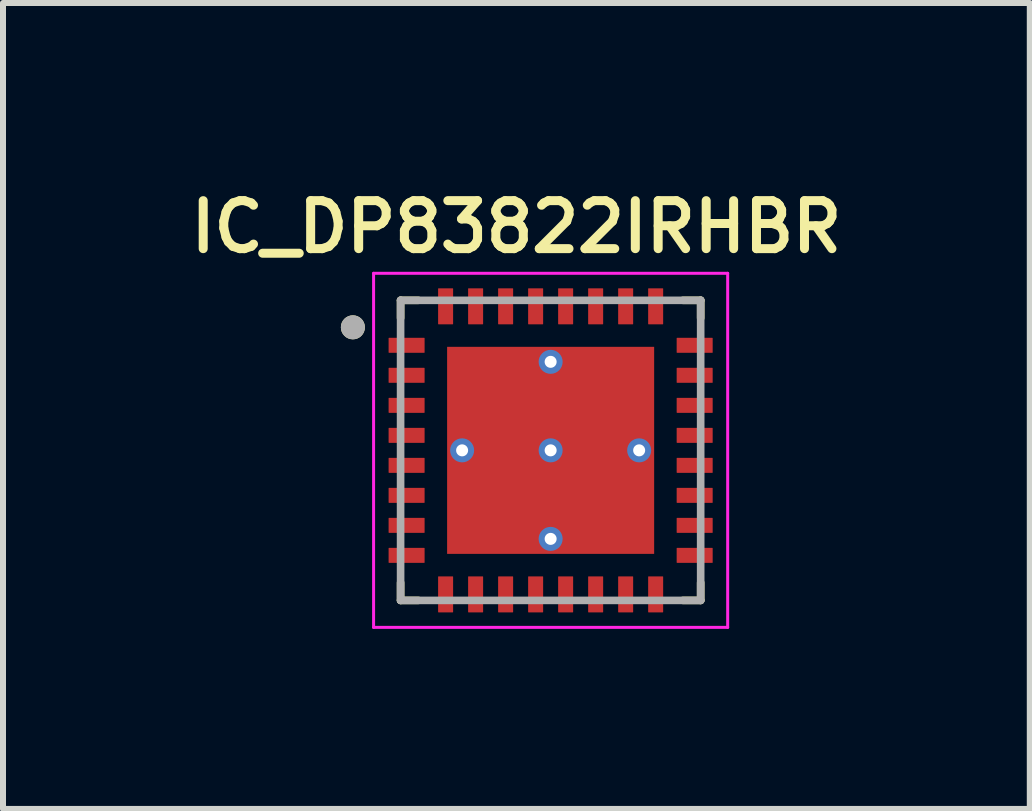
<source format=kicad_pcb>
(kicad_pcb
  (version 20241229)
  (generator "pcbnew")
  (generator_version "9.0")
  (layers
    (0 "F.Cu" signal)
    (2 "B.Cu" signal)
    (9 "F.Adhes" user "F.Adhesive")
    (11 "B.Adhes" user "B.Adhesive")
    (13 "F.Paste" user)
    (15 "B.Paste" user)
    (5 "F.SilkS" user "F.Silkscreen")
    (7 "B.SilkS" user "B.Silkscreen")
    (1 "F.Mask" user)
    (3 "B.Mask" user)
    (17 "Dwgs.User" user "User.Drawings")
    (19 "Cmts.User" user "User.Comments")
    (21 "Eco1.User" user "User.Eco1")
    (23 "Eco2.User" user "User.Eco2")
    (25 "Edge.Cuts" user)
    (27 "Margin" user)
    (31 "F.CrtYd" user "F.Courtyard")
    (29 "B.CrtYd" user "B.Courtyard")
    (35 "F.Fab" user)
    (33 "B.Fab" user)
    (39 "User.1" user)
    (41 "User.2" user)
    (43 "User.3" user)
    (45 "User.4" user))
  (footprint "IC_DP83822IRHBR"
    (layer "F.Cu")
    (at 6.125 4.454)
    (property "Reference" "IC_DP83822IRHBR" (at -0.57 -3.723 0) (layer "F.SilkS") (effects (font (size 0.8 0.8) (thickness 0.15))))
    (attr through_hole)
    (fp_poly (pts (xy -1.795 -1.795) (xy 1.795 -1.795) (xy 1.795 1.795) (xy -1.795 1.795)) (stroke (width 0.01) (type solid)) (fill yes) (layer "F.Mask"))
    (fp_poly (pts (xy -2.72 -1.945) (xy -2.08 -1.945) (xy -2.077 -1.945) (xy -2.075 -1.945) (xy -2.072 -1.944) (xy -2.07 -1.944) (xy -2.067 -1.943) (xy -2.065 -1.943) (xy -2.062 -1.942) (xy -2.06 -1.941) (xy -2.057 -1.94) (xy -2.055 -1.938) (xy -2.053 -1.937) (xy -2.051 -1.935) (xy -2.049 -1.934) (xy -2.047 -1.932) (xy -2.045 -1.93) (xy -2.043 -1.928) (xy -2.041 -1.926) (xy -2.04 -1.924) (xy -2.038 -1.922) (xy -2.037 -1.92) (xy -2.035 -1.918) (xy -2.034 -1.915) (xy -2.033 -1.913) (xy -2.032 -1.91) (xy -2.032 -1.908) (xy -2.031 -1.905) (xy -2.031 -1.903) (xy -2.03 -1.9) (xy -2.03 -1.898) (xy -2.03 -1.895) (xy -2.03 -1.605) (xy -2.03 -1.602) (xy -2.03 -1.6) (xy -2.031 -1.597) (xy -2.031 -1.595) (xy -2.032 -1.592) (xy -2.032 -1.59) (xy -2.033 -1.587) (xy -2.034 -1.585) (xy -2.035 -1.582) (xy -2.037 -1.58) (xy -2.038 -1.578) (xy -2.04 -1.576) (xy -2.041 -1.574) (xy -2.043 -1.572) (xy -2.045 -1.57) (xy -2.047 -1.568) (xy -2.049 -1.566) (xy -2.051 -1.565) (xy -2.053 -1.563) (xy -2.055 -1.562) (xy -2.057 -1.56) (xy -2.06 -1.559) (xy -2.062 -1.558) (xy -2.065 -1.557) (xy -2.067 -1.557) (xy -2.07 -1.556) (xy -2.072 -1.556) (xy -2.075 -1.555) (xy -2.077 -1.555) (xy -2.08 -1.555) (xy -2.72 -1.555) (xy -2.723 -1.555) (xy -2.725 -1.555) (xy -2.728 -1.556) (xy -2.73 -1.556) (xy -2.733 -1.557) (xy -2.735 -1.557) (xy -2.738 -1.558) (xy -2.74 -1.559) (xy -2.743 -1.56) (xy -2.745 -1.562) (xy -2.747 -1.563) (xy -2.749 -1.565) (xy -2.751 -1.566) (xy -2.753 -1.568) (xy -2.755 -1.57) (xy -2.757 -1.572) (xy -2.759 -1.574) (xy -2.76 -1.576) (xy -2.762 -1.578) (xy -2.763 -1.58) (xy -2.765 -1.582) (xy -2.766 -1.585) (xy -2.767 -1.587) (xy -2.768 -1.59) (xy -2.768 -1.592) (xy -2.769 -1.595) (xy -2.769 -1.597) (xy -2.77 -1.6) (xy -2.77 -1.602) (xy -2.77 -1.605) (xy -2.77 -1.895) (xy -2.77 -1.898) (xy -2.77 -1.9) (xy -2.769 -1.903) (xy -2.769 -1.905) (xy -2.768 -1.908) (xy -2.768 -1.91) (xy -2.767 -1.913) (xy -2.766 -1.915) (xy -2.765 -1.918) (xy -2.763 -1.92) (xy -2.762 -1.922) (xy -2.76 -1.924) (xy -2.759 -1.926) (xy -2.757 -1.928) (xy -2.755 -1.93) (xy -2.753 -1.932) (xy -2.751 -1.934) (xy -2.749 -1.935) (xy -2.747 -1.937) (xy -2.745 -1.938) (xy -2.743 -1.94) (xy -2.74 -1.941) (xy -2.738 -1.942) (xy -2.735 -1.943) (xy -2.733 -1.943) (xy -2.73 -1.944) (xy -2.728 -1.944) (xy -2.725 -1.945) (xy -2.723 -1.945) (xy -2.72 -1.945)) (stroke (width 0.01) (type solid)) (fill yes) (layer "F.Mask"))
    (fp_poly (pts (xy -2.72 -1.445) (xy -2.08 -1.445) (xy -2.077 -1.445) (xy -2.075 -1.445) (xy -2.072 -1.444) (xy -2.07 -1.444) (xy -2.067 -1.443) (xy -2.065 -1.443) (xy -2.062 -1.442) (xy -2.06 -1.441) (xy -2.057 -1.44) (xy -2.055 -1.438) (xy -2.053 -1.437) (xy -2.051 -1.435) (xy -2.049 -1.434) (xy -2.047 -1.432) (xy -2.045 -1.43) (xy -2.043 -1.428) (xy -2.041 -1.426) (xy -2.04 -1.424) (xy -2.038 -1.422) (xy -2.037 -1.42) (xy -2.035 -1.418) (xy -2.034 -1.415) (xy -2.033 -1.413) (xy -2.032 -1.41) (xy -2.032 -1.408) (xy -2.031 -1.405) (xy -2.031 -1.403) (xy -2.03 -1.4) (xy -2.03 -1.398) (xy -2.03 -1.395) (xy -2.03 -1.105) (xy -2.03 -1.102) (xy -2.03 -1.1) (xy -2.031 -1.097) (xy -2.031 -1.095) (xy -2.032 -1.092) (xy -2.032 -1.09) (xy -2.033 -1.087) (xy -2.034 -1.085) (xy -2.035 -1.082) (xy -2.037 -1.08) (xy -2.038 -1.078) (xy -2.04 -1.076) (xy -2.041 -1.074) (xy -2.043 -1.072) (xy -2.045 -1.07) (xy -2.047 -1.068) (xy -2.049 -1.066) (xy -2.051 -1.065) (xy -2.053 -1.063) (xy -2.055 -1.062) (xy -2.057 -1.06) (xy -2.06 -1.059) (xy -2.062 -1.058) (xy -2.065 -1.057) (xy -2.067 -1.057) (xy -2.07 -1.056) (xy -2.072 -1.056) (xy -2.075 -1.055) (xy -2.077 -1.055) (xy -2.08 -1.055) (xy -2.72 -1.055) (xy -2.723 -1.055) (xy -2.725 -1.055) (xy -2.728 -1.056) (xy -2.73 -1.056) (xy -2.733 -1.057) (xy -2.735 -1.057) (xy -2.738 -1.058) (xy -2.74 -1.059) (xy -2.743 -1.06) (xy -2.745 -1.062) (xy -2.747 -1.063) (xy -2.749 -1.065) (xy -2.751 -1.066) (xy -2.753 -1.068) (xy -2.755 -1.07) (xy -2.757 -1.072) (xy -2.759 -1.074) (xy -2.76 -1.076) (xy -2.762 -1.078) (xy -2.763 -1.08) (xy -2.765 -1.082) (xy -2.766 -1.085) (xy -2.767 -1.087) (xy -2.768 -1.09) (xy -2.768 -1.092) (xy -2.769 -1.095) (xy -2.769 -1.097) (xy -2.77 -1.1) (xy -2.77 -1.102) (xy -2.77 -1.105) (xy -2.77 -1.395) (xy -2.77 -1.398) (xy -2.77 -1.4) (xy -2.769 -1.403) (xy -2.769 -1.405) (xy -2.768 -1.408) (xy -2.768 -1.41) (xy -2.767 -1.413) (xy -2.766 -1.415) (xy -2.765 -1.418) (xy -2.763 -1.42) (xy -2.762 -1.422) (xy -2.76 -1.424) (xy -2.759 -1.426) (xy -2.757 -1.428) (xy -2.755 -1.43) (xy -2.753 -1.432) (xy -2.751 -1.434) (xy -2.749 -1.435) (xy -2.747 -1.437) (xy -2.745 -1.438) (xy -2.743 -1.44) (xy -2.74 -1.441) (xy -2.738 -1.442) (xy -2.735 -1.443) (xy -2.733 -1.443) (xy -2.73 -1.444) (xy -2.728 -1.444) (xy -2.725 -1.445) (xy -2.723 -1.445) (xy -2.72 -1.445)) (stroke (width 0.01) (type solid)) (fill yes) (layer "F.Mask"))
    (fp_poly (pts (xy -2.72 -0.945) (xy -2.08 -0.945) (xy -2.077 -0.945) (xy -2.075 -0.945) (xy -2.072 -0.944) (xy -2.07 -0.944) (xy -2.067 -0.943) (xy -2.065 -0.943) (xy -2.062 -0.942) (xy -2.06 -0.941) (xy -2.057 -0.94) (xy -2.055 -0.938) (xy -2.053 -0.937) (xy -2.051 -0.935) (xy -2.049 -0.934) (xy -2.047 -0.932) (xy -2.045 -0.93) (xy -2.043 -0.928) (xy -2.041 -0.926) (xy -2.04 -0.924) (xy -2.038 -0.922) (xy -2.037 -0.92) (xy -2.035 -0.918) (xy -2.034 -0.915) (xy -2.033 -0.913) (xy -2.032 -0.91) (xy -2.032 -0.908) (xy -2.031 -0.905) (xy -2.031 -0.903) (xy -2.03 -0.9) (xy -2.03 -0.898) (xy -2.03 -0.895) (xy -2.03 -0.605) (xy -2.03 -0.602) (xy -2.03 -0.6) (xy -2.031 -0.597) (xy -2.031 -0.595) (xy -2.032 -0.592) (xy -2.032 -0.59) (xy -2.033 -0.587) (xy -2.034 -0.585) (xy -2.035 -0.582) (xy -2.037 -0.58) (xy -2.038 -0.578) (xy -2.04 -0.576) (xy -2.041 -0.574) (xy -2.043 -0.572) (xy -2.045 -0.57) (xy -2.047 -0.568) (xy -2.049 -0.566) (xy -2.051 -0.565) (xy -2.053 -0.563) (xy -2.055 -0.562) (xy -2.057 -0.56) (xy -2.06 -0.559) (xy -2.062 -0.558) (xy -2.065 -0.557) (xy -2.067 -0.557) (xy -2.07 -0.556) (xy -2.072 -0.556) (xy -2.075 -0.555) (xy -2.077 -0.555) (xy -2.08 -0.555) (xy -2.72 -0.555) (xy -2.723 -0.555) (xy -2.725 -0.555) (xy -2.728 -0.556) (xy -2.73 -0.556) (xy -2.733 -0.557) (xy -2.735 -0.557) (xy -2.738 -0.558) (xy -2.74 -0.559) (xy -2.743 -0.56) (xy -2.745 -0.562) (xy -2.747 -0.563) (xy -2.749 -0.565) (xy -2.751 -0.566) (xy -2.753 -0.568) (xy -2.755 -0.57) (xy -2.757 -0.572) (xy -2.759 -0.574) (xy -2.76 -0.576) (xy -2.762 -0.578) (xy -2.763 -0.58) (xy -2.765 -0.582) (xy -2.766 -0.585) (xy -2.767 -0.587) (xy -2.768 -0.59) (xy -2.768 -0.592) (xy -2.769 -0.595) (xy -2.769 -0.597) (xy -2.77 -0.6) (xy -2.77 -0.602) (xy -2.77 -0.605) (xy -2.77 -0.895) (xy -2.77 -0.898) (xy -2.77 -0.9) (xy -2.769 -0.903) (xy -2.769 -0.905) (xy -2.768 -0.908) (xy -2.768 -0.91) (xy -2.767 -0.913) (xy -2.766 -0.915) (xy -2.765 -0.918) (xy -2.763 -0.92) (xy -2.762 -0.922) (xy -2.76 -0.924) (xy -2.759 -0.926) (xy -2.757 -0.928) (xy -2.755 -0.93) (xy -2.753 -0.932) (xy -2.751 -0.934) (xy -2.749 -0.935) (xy -2.747 -0.937) (xy -2.745 -0.938) (xy -2.743 -0.94) (xy -2.74 -0.941) (xy -2.738 -0.942) (xy -2.735 -0.943) (xy -2.733 -0.943) (xy -2.73 -0.944) (xy -2.728 -0.944) (xy -2.725 -0.945) (xy -2.723 -0.945) (xy -2.72 -0.945)) (stroke (width 0.01) (type solid)) (fill yes) (layer "F.Mask"))
    (fp_poly (pts (xy -2.72 -0.445) (xy -2.08 -0.445) (xy -2.077 -0.445) (xy -2.075 -0.445) (xy -2.072 -0.444) (xy -2.07 -0.444) (xy -2.067 -0.443) (xy -2.065 -0.443) (xy -2.062 -0.442) (xy -2.06 -0.441) (xy -2.057 -0.44) (xy -2.055 -0.438) (xy -2.053 -0.437) (xy -2.051 -0.435) (xy -2.049 -0.434) (xy -2.047 -0.432) (xy -2.045 -0.43) (xy -2.043 -0.428) (xy -2.041 -0.426) (xy -2.04 -0.424) (xy -2.038 -0.422) (xy -2.037 -0.42) (xy -2.035 -0.418) (xy -2.034 -0.415) (xy -2.033 -0.413) (xy -2.032 -0.41) (xy -2.032 -0.408) (xy -2.031 -0.405) (xy -2.031 -0.403) (xy -2.03 -0.4) (xy -2.03 -0.398) (xy -2.03 -0.395) (xy -2.03 -0.105) (xy -2.03 -0.102) (xy -2.03 -0.1) (xy -2.031 -0.097) (xy -2.031 -0.095) (xy -2.032 -0.092) (xy -2.032 -0.09) (xy -2.033 -0.087) (xy -2.034 -0.085) (xy -2.035 -0.082) (xy -2.037 -0.08) (xy -2.038 -0.078) (xy -2.04 -0.076) (xy -2.041 -0.074) (xy -2.043 -0.072) (xy -2.045 -0.07) (xy -2.047 -0.068) (xy -2.049 -0.066) (xy -2.051 -0.065) (xy -2.053 -0.063) (xy -2.055 -0.062) (xy -2.057 -0.06) (xy -2.06 -0.059) (xy -2.062 -0.058) (xy -2.065 -0.057) (xy -2.067 -0.057) (xy -2.07 -0.056) (xy -2.072 -0.056) (xy -2.075 -0.055) (xy -2.077 -0.055) (xy -2.08 -0.055) (xy -2.72 -0.055) (xy -2.723 -0.055) (xy -2.725 -0.055) (xy -2.728 -0.056) (xy -2.73 -0.056) (xy -2.733 -0.057) (xy -2.735 -0.057) (xy -2.738 -0.058) (xy -2.74 -0.059) (xy -2.743 -0.06) (xy -2.745 -0.062) (xy -2.747 -0.063) (xy -2.749 -0.065) (xy -2.751 -0.066) (xy -2.753 -0.068) (xy -2.755 -0.07) (xy -2.757 -0.072) (xy -2.759 -0.074) (xy -2.76 -0.076) (xy -2.762 -0.078) (xy -2.763 -0.08) (xy -2.765 -0.082) (xy -2.766 -0.085) (xy -2.767 -0.087) (xy -2.768 -0.09) (xy -2.768 -0.092) (xy -2.769 -0.095) (xy -2.769 -0.097) (xy -2.77 -0.1) (xy -2.77 -0.102) (xy -2.77 -0.105) (xy -2.77 -0.395) (xy -2.77 -0.398) (xy -2.77 -0.4) (xy -2.769 -0.403) (xy -2.769 -0.405) (xy -2.768 -0.408) (xy -2.768 -0.41) (xy -2.767 -0.413) (xy -2.766 -0.415) (xy -2.765 -0.418) (xy -2.763 -0.42) (xy -2.762 -0.422) (xy -2.76 -0.424) (xy -2.759 -0.426) (xy -2.757 -0.428) (xy -2.755 -0.43) (xy -2.753 -0.432) (xy -2.751 -0.434) (xy -2.749 -0.435) (xy -2.747 -0.437) (xy -2.745 -0.438) (xy -2.743 -0.44) (xy -2.74 -0.441) (xy -2.738 -0.442) (xy -2.735 -0.443) (xy -2.733 -0.443) (xy -2.73 -0.444) (xy -2.728 -0.444) (xy -2.725 -0.445) (xy -2.723 -0.445) (xy -2.72 -0.445)) (stroke (width 0.01) (type solid)) (fill yes) (layer "F.Mask"))
    (fp_poly (pts (xy -2.72 0.055) (xy -2.08 0.055) (xy -2.077 0.055) (xy -2.075 0.055) (xy -2.072 0.056) (xy -2.07 0.056) (xy -2.067 0.057) (xy -2.065 0.057) (xy -2.062 0.058) (xy -2.06 0.059) (xy -2.057 0.06) (xy -2.055 0.062) (xy -2.053 0.063) (xy -2.051 0.065) (xy -2.049 0.066) (xy -2.047 0.068) (xy -2.045 0.07) (xy -2.043 0.072) (xy -2.041 0.074) (xy -2.04 0.076) (xy -2.038 0.078) (xy -2.037 0.08) (xy -2.035 0.082) (xy -2.034 0.085) (xy -2.033 0.087) (xy -2.032 0.09) (xy -2.032 0.092) (xy -2.031 0.095) (xy -2.031 0.097) (xy -2.03 0.1) (xy -2.03 0.102) (xy -2.03 0.105) (xy -2.03 0.395) (xy -2.03 0.398) (xy -2.03 0.4) (xy -2.031 0.403) (xy -2.031 0.405) (xy -2.032 0.408) (xy -2.032 0.41) (xy -2.033 0.413) (xy -2.034 0.415) (xy -2.035 0.418) (xy -2.037 0.42) (xy -2.038 0.422) (xy -2.04 0.424) (xy -2.041 0.426) (xy -2.043 0.428) (xy -2.045 0.43) (xy -2.047 0.432) (xy -2.049 0.434) (xy -2.051 0.435) (xy -2.053 0.437) (xy -2.055 0.438) (xy -2.057 0.44) (xy -2.06 0.441) (xy -2.062 0.442) (xy -2.065 0.443) (xy -2.067 0.443) (xy -2.07 0.444) (xy -2.072 0.444) (xy -2.075 0.445) (xy -2.077 0.445) (xy -2.08 0.445) (xy -2.72 0.445) (xy -2.723 0.445) (xy -2.725 0.445) (xy -2.728 0.444) (xy -2.73 0.444) (xy -2.733 0.443) (xy -2.735 0.443) (xy -2.738 0.442) (xy -2.74 0.441) (xy -2.743 0.44) (xy -2.745 0.438) (xy -2.747 0.437) (xy -2.749 0.435) (xy -2.751 0.434) (xy -2.753 0.432) (xy -2.755 0.43) (xy -2.757 0.428) (xy -2.759 0.426) (xy -2.76 0.424) (xy -2.762 0.422) (xy -2.763 0.42) (xy -2.765 0.418) (xy -2.766 0.415) (xy -2.767 0.413) (xy -2.768 0.41) (xy -2.768 0.408) (xy -2.769 0.405) (xy -2.769 0.403) (xy -2.77 0.4) (xy -2.77 0.398) (xy -2.77 0.395) (xy -2.77 0.105) (xy -2.77 0.102) (xy -2.77 0.1) (xy -2.769 0.097) (xy -2.769 0.095) (xy -2.768 0.092) (xy -2.768 0.09) (xy -2.767 0.087) (xy -2.766 0.085) (xy -2.765 0.082) (xy -2.763 0.08) (xy -2.762 0.078) (xy -2.76 0.076) (xy -2.759 0.074) (xy -2.757 0.072) (xy -2.755 0.07) (xy -2.753 0.068) (xy -2.751 0.066) (xy -2.749 0.065) (xy -2.747 0.063) (xy -2.745 0.062) (xy -2.743 0.06) (xy -2.74 0.059) (xy -2.738 0.058) (xy -2.735 0.057) (xy -2.733 0.057) (xy -2.73 0.056) (xy -2.728 0.056) (xy -2.725 0.055) (xy -2.723 0.055) (xy -2.72 0.055)) (stroke (width 0.01) (type solid)) (fill yes) (layer "F.Mask"))
    (fp_poly (pts (xy -2.72 0.555) (xy -2.08 0.555) (xy -2.077 0.555) (xy -2.075 0.555) (xy -2.072 0.556) (xy -2.07 0.556) (xy -2.067 0.557) (xy -2.065 0.557) (xy -2.062 0.558) (xy -2.06 0.559) (xy -2.057 0.56) (xy -2.055 0.562) (xy -2.053 0.563) (xy -2.051 0.565) (xy -2.049 0.566) (xy -2.047 0.568) (xy -2.045 0.57) (xy -2.043 0.572) (xy -2.041 0.574) (xy -2.04 0.576) (xy -2.038 0.578) (xy -2.037 0.58) (xy -2.035 0.582) (xy -2.034 0.585) (xy -2.033 0.587) (xy -2.032 0.59) (xy -2.032 0.592) (xy -2.031 0.595) (xy -2.031 0.597) (xy -2.03 0.6) (xy -2.03 0.602) (xy -2.03 0.605) (xy -2.03 0.895) (xy -2.03 0.898) (xy -2.03 0.9) (xy -2.031 0.903) (xy -2.031 0.905) (xy -2.032 0.908) (xy -2.032 0.91) (xy -2.033 0.913) (xy -2.034 0.915) (xy -2.035 0.918) (xy -2.037 0.92) (xy -2.038 0.922) (xy -2.04 0.924) (xy -2.041 0.926) (xy -2.043 0.928) (xy -2.045 0.93) (xy -2.047 0.932) (xy -2.049 0.934) (xy -2.051 0.935) (xy -2.053 0.937) (xy -2.055 0.938) (xy -2.057 0.94) (xy -2.06 0.941) (xy -2.062 0.942) (xy -2.065 0.943) (xy -2.067 0.943) (xy -2.07 0.944) (xy -2.072 0.944) (xy -2.075 0.945) (xy -2.077 0.945) (xy -2.08 0.945) (xy -2.72 0.945) (xy -2.723 0.945) (xy -2.725 0.945) (xy -2.728 0.944) (xy -2.73 0.944) (xy -2.733 0.943) (xy -2.735 0.943) (xy -2.738 0.942) (xy -2.74 0.941) (xy -2.743 0.94) (xy -2.745 0.938) (xy -2.747 0.937) (xy -2.749 0.935) (xy -2.751 0.934) (xy -2.753 0.932) (xy -2.755 0.93) (xy -2.757 0.928) (xy -2.759 0.926) (xy -2.76 0.924) (xy -2.762 0.922) (xy -2.763 0.92) (xy -2.765 0.918) (xy -2.766 0.915) (xy -2.767 0.913) (xy -2.768 0.91) (xy -2.768 0.908) (xy -2.769 0.905) (xy -2.769 0.903) (xy -2.77 0.9) (xy -2.77 0.898) (xy -2.77 0.895) (xy -2.77 0.605) (xy -2.77 0.602) (xy -2.77 0.6) (xy -2.769 0.597) (xy -2.769 0.595) (xy -2.768 0.592) (xy -2.768 0.59) (xy -2.767 0.587) (xy -2.766 0.585) (xy -2.765 0.582) (xy -2.763 0.58) (xy -2.762 0.578) (xy -2.76 0.576) (xy -2.759 0.574) (xy -2.757 0.572) (xy -2.755 0.57) (xy -2.753 0.568) (xy -2.751 0.566) (xy -2.749 0.565) (xy -2.747 0.563) (xy -2.745 0.562) (xy -2.743 0.56) (xy -2.74 0.559) (xy -2.738 0.558) (xy -2.735 0.557) (xy -2.733 0.557) (xy -2.73 0.556) (xy -2.728 0.556) (xy -2.725 0.555) (xy -2.723 0.555) (xy -2.72 0.555)) (stroke (width 0.01) (type solid)) (fill yes) (layer "F.Mask"))
    (fp_poly (pts (xy -2.72 1.055) (xy -2.08 1.055) (xy -2.077 1.055) (xy -2.075 1.055) (xy -2.072 1.056) (xy -2.07 1.056) (xy -2.067 1.057) (xy -2.065 1.057) (xy -2.062 1.058) (xy -2.06 1.059) (xy -2.057 1.06) (xy -2.055 1.062) (xy -2.053 1.063) (xy -2.051 1.065) (xy -2.049 1.066) (xy -2.047 1.068) (xy -2.045 1.07) (xy -2.043 1.072) (xy -2.041 1.074) (xy -2.04 1.076) (xy -2.038 1.078) (xy -2.037 1.08) (xy -2.035 1.082) (xy -2.034 1.085) (xy -2.033 1.087) (xy -2.032 1.09) (xy -2.032 1.092) (xy -2.031 1.095) (xy -2.031 1.097) (xy -2.03 1.1) (xy -2.03 1.102) (xy -2.03 1.105) (xy -2.03 1.395) (xy -2.03 1.398) (xy -2.03 1.4) (xy -2.031 1.403) (xy -2.031 1.405) (xy -2.032 1.408) (xy -2.032 1.41) (xy -2.033 1.413) (xy -2.034 1.415) (xy -2.035 1.418) (xy -2.037 1.42) (xy -2.038 1.422) (xy -2.04 1.424) (xy -2.041 1.426) (xy -2.043 1.428) (xy -2.045 1.43) (xy -2.047 1.432) (xy -2.049 1.434) (xy -2.051 1.435) (xy -2.053 1.437) (xy -2.055 1.438) (xy -2.057 1.44) (xy -2.06 1.441) (xy -2.062 1.442) (xy -2.065 1.443) (xy -2.067 1.443) (xy -2.07 1.444) (xy -2.072 1.444) (xy -2.075 1.445) (xy -2.077 1.445) (xy -2.08 1.445) (xy -2.72 1.445) (xy -2.723 1.445) (xy -2.725 1.445) (xy -2.728 1.444) (xy -2.73 1.444) (xy -2.733 1.443) (xy -2.735 1.443) (xy -2.738 1.442) (xy -2.74 1.441) (xy -2.743 1.44) (xy -2.745 1.438) (xy -2.747 1.437) (xy -2.749 1.435) (xy -2.751 1.434) (xy -2.753 1.432) (xy -2.755 1.43) (xy -2.757 1.428) (xy -2.759 1.426) (xy -2.76 1.424) (xy -2.762 1.422) (xy -2.763 1.42) (xy -2.765 1.418) (xy -2.766 1.415) (xy -2.767 1.413) (xy -2.768 1.41) (xy -2.768 1.408) (xy -2.769 1.405) (xy -2.769 1.403) (xy -2.77 1.4) (xy -2.77 1.398) (xy -2.77 1.395) (xy -2.77 1.105) (xy -2.77 1.102) (xy -2.77 1.1) (xy -2.769 1.097) (xy -2.769 1.095) (xy -2.768 1.092) (xy -2.768 1.09) (xy -2.767 1.087) (xy -2.766 1.085) (xy -2.765 1.082) (xy -2.763 1.08) (xy -2.762 1.078) (xy -2.76 1.076) (xy -2.759 1.074) (xy -2.757 1.072) (xy -2.755 1.07) (xy -2.753 1.068) (xy -2.751 1.066) (xy -2.749 1.065) (xy -2.747 1.063) (xy -2.745 1.062) (xy -2.743 1.06) (xy -2.74 1.059) (xy -2.738 1.058) (xy -2.735 1.057) (xy -2.733 1.057) (xy -2.73 1.056) (xy -2.728 1.056) (xy -2.725 1.055) (xy -2.723 1.055) (xy -2.72 1.055)) (stroke (width 0.01) (type solid)) (fill yes) (layer "F.Mask"))
    (fp_poly (pts (xy -2.72 1.555) (xy -2.08 1.555) (xy -2.077 1.555) (xy -2.075 1.555) (xy -2.072 1.556) (xy -2.07 1.556) (xy -2.067 1.557) (xy -2.065 1.557) (xy -2.062 1.558) (xy -2.06 1.559) (xy -2.057 1.56) (xy -2.055 1.562) (xy -2.053 1.563) (xy -2.051 1.565) (xy -2.049 1.566) (xy -2.047 1.568) (xy -2.045 1.57) (xy -2.043 1.572) (xy -2.041 1.574) (xy -2.04 1.576) (xy -2.038 1.578) (xy -2.037 1.58) (xy -2.035 1.582) (xy -2.034 1.585) (xy -2.033 1.587) (xy -2.032 1.59) (xy -2.032 1.592) (xy -2.031 1.595) (xy -2.031 1.597) (xy -2.03 1.6) (xy -2.03 1.602) (xy -2.03 1.605) (xy -2.03 1.895) (xy -2.03 1.898) (xy -2.03 1.9) (xy -2.031 1.903) (xy -2.031 1.905) (xy -2.032 1.908) (xy -2.032 1.91) (xy -2.033 1.913) (xy -2.034 1.915) (xy -2.035 1.918) (xy -2.037 1.92) (xy -2.038 1.922) (xy -2.04 1.924) (xy -2.041 1.926) (xy -2.043 1.928) (xy -2.045 1.93) (xy -2.047 1.932) (xy -2.049 1.934) (xy -2.051 1.935) (xy -2.053 1.937) (xy -2.055 1.938) (xy -2.057 1.94) (xy -2.06 1.941) (xy -2.062 1.942) (xy -2.065 1.943) (xy -2.067 1.943) (xy -2.07 1.944) (xy -2.072 1.944) (xy -2.075 1.945) (xy -2.077 1.945) (xy -2.08 1.945) (xy -2.72 1.945) (xy -2.723 1.945) (xy -2.725 1.945) (xy -2.728 1.944) (xy -2.73 1.944) (xy -2.733 1.943) (xy -2.735 1.943) (xy -2.738 1.942) (xy -2.74 1.941) (xy -2.743 1.94) (xy -2.745 1.938) (xy -2.747 1.937) (xy -2.749 1.935) (xy -2.751 1.934) (xy -2.753 1.932) (xy -2.755 1.93) (xy -2.757 1.928) (xy -2.759 1.926) (xy -2.76 1.924) (xy -2.762 1.922) (xy -2.763 1.92) (xy -2.765 1.918) (xy -2.766 1.915) (xy -2.767 1.913) (xy -2.768 1.91) (xy -2.768 1.908) (xy -2.769 1.905) (xy -2.769 1.903) (xy -2.77 1.9) (xy -2.77 1.898) (xy -2.77 1.895) (xy -2.77 1.605) (xy -2.77 1.602) (xy -2.77 1.6) (xy -2.769 1.597) (xy -2.769 1.595) (xy -2.768 1.592) (xy -2.768 1.59) (xy -2.767 1.587) (xy -2.766 1.585) (xy -2.765 1.582) (xy -2.763 1.58) (xy -2.762 1.578) (xy -2.76 1.576) (xy -2.759 1.574) (xy -2.757 1.572) (xy -2.755 1.57) (xy -2.753 1.568) (xy -2.751 1.566) (xy -2.749 1.565) (xy -2.747 1.563) (xy -2.745 1.562) (xy -2.743 1.56) (xy -2.74 1.559) (xy -2.738 1.558) (xy -2.735 1.557) (xy -2.733 1.557) (xy -2.73 1.556) (xy -2.728 1.556) (xy -2.725 1.555) (xy -2.723 1.555) (xy -2.72 1.555)) (stroke (width 0.01) (type solid)) (fill yes) (layer "F.Mask"))
    (fp_poly (pts (xy -1.945 -2.08) (xy -1.945 -2.72) (xy -1.945 -2.723) (xy -1.945 -2.725) (xy -1.944 -2.728) (xy -1.944 -2.73) (xy -1.943 -2.733) (xy -1.943 -2.735) (xy -1.942 -2.738) (xy -1.941 -2.74) (xy -1.94 -2.743) (xy -1.938 -2.745) (xy -1.937 -2.747) (xy -1.935 -2.749) (xy -1.934 -2.751) (xy -1.932 -2.753) (xy -1.93 -2.755) (xy -1.928 -2.757) (xy -1.926 -2.759) (xy -1.924 -2.76) (xy -1.922 -2.762) (xy -1.92 -2.763) (xy -1.918 -2.765) (xy -1.915 -2.766) (xy -1.913 -2.767) (xy -1.91 -2.768) (xy -1.908 -2.768) (xy -1.905 -2.769) (xy -1.903 -2.769) (xy -1.9 -2.77) (xy -1.898 -2.77) (xy -1.895 -2.77) (xy -1.605 -2.77) (xy -1.602 -2.77) (xy -1.6 -2.77) (xy -1.597 -2.769) (xy -1.595 -2.769) (xy -1.592 -2.768) (xy -1.59 -2.768) (xy -1.587 -2.767) (xy -1.585 -2.766) (xy -1.582 -2.765) (xy -1.58 -2.763) (xy -1.578 -2.762) (xy -1.576 -2.76) (xy -1.574 -2.759) (xy -1.572 -2.757) (xy -1.57 -2.755) (xy -1.568 -2.753) (xy -1.566 -2.751) (xy -1.565 -2.749) (xy -1.563 -2.747) (xy -1.562 -2.745) (xy -1.56 -2.743) (xy -1.559 -2.74) (xy -1.558 -2.738) (xy -1.557 -2.735) (xy -1.557 -2.733) (xy -1.556 -2.73) (xy -1.556 -2.728) (xy -1.555 -2.725) (xy -1.555 -2.723) (xy -1.555 -2.72) (xy -1.555 -2.08) (xy -1.555 -2.077) (xy -1.555 -2.075) (xy -1.556 -2.072) (xy -1.556 -2.07) (xy -1.557 -2.067) (xy -1.557 -2.065) (xy -1.558 -2.062) (xy -1.559 -2.06) (xy -1.56 -2.057) (xy -1.562 -2.055) (xy -1.563 -2.053) (xy -1.565 -2.051) (xy -1.566 -2.049) (xy -1.568 -2.047) (xy -1.57 -2.045) (xy -1.572 -2.043) (xy -1.574 -2.041) (xy -1.576 -2.04) (xy -1.578 -2.038) (xy -1.58 -2.037) (xy -1.582 -2.035) (xy -1.585 -2.034) (xy -1.587 -2.033) (xy -1.59 -2.032) (xy -1.592 -2.032) (xy -1.595 -2.031) (xy -1.597 -2.031) (xy -1.6 -2.03) (xy -1.602 -2.03) (xy -1.605 -2.03) (xy -1.895 -2.03) (xy -1.898 -2.03) (xy -1.9 -2.03) (xy -1.903 -2.031) (xy -1.905 -2.031) (xy -1.908 -2.032) (xy -1.91 -2.032) (xy -1.913 -2.033) (xy -1.915 -2.034) (xy -1.918 -2.035) (xy -1.92 -2.037) (xy -1.922 -2.038) (xy -1.924 -2.04) (xy -1.926 -2.041) (xy -1.928 -2.043) (xy -1.93 -2.045) (xy -1.932 -2.047) (xy -1.934 -2.049) (xy -1.935 -2.051) (xy -1.937 -2.053) (xy -1.938 -2.055) (xy -1.94 -2.057) (xy -1.941 -2.06) (xy -1.942 -2.062) (xy -1.943 -2.065) (xy -1.943 -2.067) (xy -1.944 -2.07) (xy -1.944 -2.072) (xy -1.945 -2.075) (xy -1.945 -2.077) (xy -1.945 -2.08)) (stroke (width 0.01) (type solid)) (fill yes) (layer "F.Mask"))
    (fp_poly (pts (xy -1.945 2.72) (xy -1.945 2.08) (xy -1.945 2.077) (xy -1.945 2.075) (xy -1.944 2.072) (xy -1.944 2.07) (xy -1.943 2.067) (xy -1.943 2.065) (xy -1.942 2.062) (xy -1.941 2.06) (xy -1.94 2.057) (xy -1.938 2.055) (xy -1.937 2.053) (xy -1.935 2.051) (xy -1.934 2.049) (xy -1.932 2.047) (xy -1.93 2.045) (xy -1.928 2.043) (xy -1.926 2.041) (xy -1.924 2.04) (xy -1.922 2.038) (xy -1.92 2.037) (xy -1.918 2.035) (xy -1.915 2.034) (xy -1.913 2.033) (xy -1.91 2.032) (xy -1.908 2.032) (xy -1.905 2.031) (xy -1.903 2.031) (xy -1.9 2.03) (xy -1.898 2.03) (xy -1.895 2.03) (xy -1.605 2.03) (xy -1.602 2.03) (xy -1.6 2.03) (xy -1.597 2.031) (xy -1.595 2.031) (xy -1.592 2.032) (xy -1.59 2.032) (xy -1.587 2.033) (xy -1.585 2.034) (xy -1.582 2.035) (xy -1.58 2.037) (xy -1.578 2.038) (xy -1.576 2.04) (xy -1.574 2.041) (xy -1.572 2.043) (xy -1.57 2.045) (xy -1.568 2.047) (xy -1.566 2.049) (xy -1.565 2.051) (xy -1.563 2.053) (xy -1.562 2.055) (xy -1.56 2.057) (xy -1.559 2.06) (xy -1.558 2.062) (xy -1.557 2.065) (xy -1.557 2.067) (xy -1.556 2.07) (xy -1.556 2.072) (xy -1.555 2.075) (xy -1.555 2.077) (xy -1.555 2.08) (xy -1.555 2.72) (xy -1.555 2.723) (xy -1.555 2.725) (xy -1.556 2.728) (xy -1.556 2.73) (xy -1.557 2.733) (xy -1.557 2.735) (xy -1.558 2.738) (xy -1.559 2.74) (xy -1.56 2.743) (xy -1.562 2.745) (xy -1.563 2.747) (xy -1.565 2.749) (xy -1.566 2.751) (xy -1.568 2.753) (xy -1.57 2.755) (xy -1.572 2.757) (xy -1.574 2.759) (xy -1.576 2.76) (xy -1.578 2.762) (xy -1.58 2.763) (xy -1.582 2.765) (xy -1.585 2.766) (xy -1.587 2.767) (xy -1.59 2.768) (xy -1.592 2.768) (xy -1.595 2.769) (xy -1.597 2.769) (xy -1.6 2.77) (xy -1.602 2.77) (xy -1.605 2.77) (xy -1.895 2.77) (xy -1.898 2.77) (xy -1.9 2.77) (xy -1.903 2.769) (xy -1.905 2.769) (xy -1.908 2.768) (xy -1.91 2.768) (xy -1.913 2.767) (xy -1.915 2.766) (xy -1.918 2.765) (xy -1.92 2.763) (xy -1.922 2.762) (xy -1.924 2.76) (xy -1.926 2.759) (xy -1.928 2.757) (xy -1.93 2.755) (xy -1.932 2.753) (xy -1.934 2.751) (xy -1.935 2.749) (xy -1.937 2.747) (xy -1.938 2.745) (xy -1.94 2.743) (xy -1.941 2.74) (xy -1.942 2.738) (xy -1.943 2.735) (xy -1.943 2.733) (xy -1.944 2.73) (xy -1.944 2.728) (xy -1.945 2.725) (xy -1.945 2.723) (xy -1.945 2.72)) (stroke (width 0.01) (type solid)) (fill yes) (layer "F.Mask"))
    (fp_poly (pts (xy -1.445 -2.08) (xy -1.445 -2.72) (xy -1.445 -2.723) (xy -1.445 -2.725) (xy -1.444 -2.728) (xy -1.444 -2.73) (xy -1.443 -2.733) (xy -1.443 -2.735) (xy -1.442 -2.738) (xy -1.441 -2.74) (xy -1.44 -2.743) (xy -1.438 -2.745) (xy -1.437 -2.747) (xy -1.435 -2.749) (xy -1.434 -2.751) (xy -1.432 -2.753) (xy -1.43 -2.755) (xy -1.428 -2.757) (xy -1.426 -2.759) (xy -1.424 -2.76) (xy -1.422 -2.762) (xy -1.42 -2.763) (xy -1.418 -2.765) (xy -1.415 -2.766) (xy -1.413 -2.767) (xy -1.41 -2.768) (xy -1.408 -2.768) (xy -1.405 -2.769) (xy -1.403 -2.769) (xy -1.4 -2.77) (xy -1.398 -2.77) (xy -1.395 -2.77) (xy -1.105 -2.77) (xy -1.102 -2.77) (xy -1.1 -2.77) (xy -1.097 -2.769) (xy -1.095 -2.769) (xy -1.092 -2.768) (xy -1.09 -2.768) (xy -1.087 -2.767) (xy -1.085 -2.766) (xy -1.082 -2.765) (xy -1.08 -2.763) (xy -1.078 -2.762) (xy -1.076 -2.76) (xy -1.074 -2.759) (xy -1.072 -2.757) (xy -1.07 -2.755) (xy -1.068 -2.753) (xy -1.066 -2.751) (xy -1.065 -2.749) (xy -1.063 -2.747) (xy -1.062 -2.745) (xy -1.06 -2.743) (xy -1.059 -2.74) (xy -1.058 -2.738) (xy -1.057 -2.735) (xy -1.057 -2.733) (xy -1.056 -2.73) (xy -1.056 -2.728) (xy -1.055 -2.725) (xy -1.055 -2.723) (xy -1.055 -2.72) (xy -1.055 -2.08) (xy -1.055 -2.077) (xy -1.055 -2.075) (xy -1.056 -2.072) (xy -1.056 -2.07) (xy -1.057 -2.067) (xy -1.057 -2.065) (xy -1.058 -2.062) (xy -1.059 -2.06) (xy -1.06 -2.057) (xy -1.062 -2.055) (xy -1.063 -2.053) (xy -1.065 -2.051) (xy -1.066 -2.049) (xy -1.068 -2.047) (xy -1.07 -2.045) (xy -1.072 -2.043) (xy -1.074 -2.041) (xy -1.076 -2.04) (xy -1.078 -2.038) (xy -1.08 -2.037) (xy -1.082 -2.035) (xy -1.085 -2.034) (xy -1.087 -2.033) (xy -1.09 -2.032) (xy -1.092 -2.032) (xy -1.095 -2.031) (xy -1.097 -2.031) (xy -1.1 -2.03) (xy -1.102 -2.03) (xy -1.105 -2.03) (xy -1.395 -2.03) (xy -1.398 -2.03) (xy -1.4 -2.03) (xy -1.403 -2.031) (xy -1.405 -2.031) (xy -1.408 -2.032) (xy -1.41 -2.032) (xy -1.413 -2.033) (xy -1.415 -2.034) (xy -1.418 -2.035) (xy -1.42 -2.037) (xy -1.422 -2.038) (xy -1.424 -2.04) (xy -1.426 -2.041) (xy -1.428 -2.043) (xy -1.43 -2.045) (xy -1.432 -2.047) (xy -1.434 -2.049) (xy -1.435 -2.051) (xy -1.437 -2.053) (xy -1.438 -2.055) (xy -1.44 -2.057) (xy -1.441 -2.06) (xy -1.442 -2.062) (xy -1.443 -2.065) (xy -1.443 -2.067) (xy -1.444 -2.07) (xy -1.444 -2.072) (xy -1.445 -2.075) (xy -1.445 -2.077) (xy -1.445 -2.08)) (stroke (width 0.01) (type solid)) (fill yes) (layer "F.Mask"))
    (fp_poly (pts (xy -1.445 2.72) (xy -1.445 2.08) (xy -1.445 2.077) (xy -1.445 2.075) (xy -1.444 2.072) (xy -1.444 2.07) (xy -1.443 2.067) (xy -1.443 2.065) (xy -1.442 2.062) (xy -1.441 2.06) (xy -1.44 2.057) (xy -1.438 2.055) (xy -1.437 2.053) (xy -1.435 2.051) (xy -1.434 2.049) (xy -1.432 2.047) (xy -1.43 2.045) (xy -1.428 2.043) (xy -1.426 2.041) (xy -1.424 2.04) (xy -1.422 2.038) (xy -1.42 2.037) (xy -1.418 2.035) (xy -1.415 2.034) (xy -1.413 2.033) (xy -1.41 2.032) (xy -1.408 2.032) (xy -1.405 2.031) (xy -1.403 2.031) (xy -1.4 2.03) (xy -1.398 2.03) (xy -1.395 2.03) (xy -1.105 2.03) (xy -1.102 2.03) (xy -1.1 2.03) (xy -1.097 2.031) (xy -1.095 2.031) (xy -1.092 2.032) (xy -1.09 2.032) (xy -1.087 2.033) (xy -1.085 2.034) (xy -1.082 2.035) (xy -1.08 2.037) (xy -1.078 2.038) (xy -1.076 2.04) (xy -1.074 2.041) (xy -1.072 2.043) (xy -1.07 2.045) (xy -1.068 2.047) (xy -1.066 2.049) (xy -1.065 2.051) (xy -1.063 2.053) (xy -1.062 2.055) (xy -1.06 2.057) (xy -1.059 2.06) (xy -1.058 2.062) (xy -1.057 2.065) (xy -1.057 2.067) (xy -1.056 2.07) (xy -1.056 2.072) (xy -1.055 2.075) (xy -1.055 2.077) (xy -1.055 2.08) (xy -1.055 2.72) (xy -1.055 2.723) (xy -1.055 2.725) (xy -1.056 2.728) (xy -1.056 2.73) (xy -1.057 2.733) (xy -1.057 2.735) (xy -1.058 2.738) (xy -1.059 2.74) (xy -1.06 2.743) (xy -1.062 2.745) (xy -1.063 2.747) (xy -1.065 2.749) (xy -1.066 2.751) (xy -1.068 2.753) (xy -1.07 2.755) (xy -1.072 2.757) (xy -1.074 2.759) (xy -1.076 2.76) (xy -1.078 2.762) (xy -1.08 2.763) (xy -1.082 2.765) (xy -1.085 2.766) (xy -1.087 2.767) (xy -1.09 2.768) (xy -1.092 2.768) (xy -1.095 2.769) (xy -1.097 2.769) (xy -1.1 2.77) (xy -1.102 2.77) (xy -1.105 2.77) (xy -1.395 2.77) (xy -1.398 2.77) (xy -1.4 2.77) (xy -1.403 2.769) (xy -1.405 2.769) (xy -1.408 2.768) (xy -1.41 2.768) (xy -1.413 2.767) (xy -1.415 2.766) (xy -1.418 2.765) (xy -1.42 2.763) (xy -1.422 2.762) (xy -1.424 2.76) (xy -1.426 2.759) (xy -1.428 2.757) (xy -1.43 2.755) (xy -1.432 2.753) (xy -1.434 2.751) (xy -1.435 2.749) (xy -1.437 2.747) (xy -1.438 2.745) (xy -1.44 2.743) (xy -1.441 2.74) (xy -1.442 2.738) (xy -1.443 2.735) (xy -1.443 2.733) (xy -1.444 2.73) (xy -1.444 2.728) (xy -1.445 2.725) (xy -1.445 2.723) (xy -1.445 2.72)) (stroke (width 0.01) (type solid)) (fill yes) (layer "F.Mask"))
    (fp_poly (pts (xy -0.945 -2.08) (xy -0.945 -2.72) (xy -0.945 -2.723) (xy -0.945 -2.725) (xy -0.944 -2.728) (xy -0.944 -2.73) (xy -0.943 -2.733) (xy -0.943 -2.735) (xy -0.942 -2.738) (xy -0.941 -2.74) (xy -0.94 -2.743) (xy -0.938 -2.745) (xy -0.937 -2.747) (xy -0.935 -2.749) (xy -0.934 -2.751) (xy -0.932 -2.753) (xy -0.93 -2.755) (xy -0.928 -2.757) (xy -0.926 -2.759) (xy -0.924 -2.76) (xy -0.922 -2.762) (xy -0.92 -2.763) (xy -0.918 -2.765) (xy -0.915 -2.766) (xy -0.913 -2.767) (xy -0.91 -2.768) (xy -0.908 -2.768) (xy -0.905 -2.769) (xy -0.903 -2.769) (xy -0.9 -2.77) (xy -0.898 -2.77) (xy -0.895 -2.77) (xy -0.605 -2.77) (xy -0.602 -2.77) (xy -0.6 -2.77) (xy -0.597 -2.769) (xy -0.595 -2.769) (xy -0.592 -2.768) (xy -0.59 -2.768) (xy -0.587 -2.767) (xy -0.585 -2.766) (xy -0.582 -2.765) (xy -0.58 -2.763) (xy -0.578 -2.762) (xy -0.576 -2.76) (xy -0.574 -2.759) (xy -0.572 -2.757) (xy -0.57 -2.755) (xy -0.568 -2.753) (xy -0.566 -2.751) (xy -0.565 -2.749) (xy -0.563 -2.747) (xy -0.562 -2.745) (xy -0.56 -2.743) (xy -0.559 -2.74) (xy -0.558 -2.738) (xy -0.557 -2.735) (xy -0.557 -2.733) (xy -0.556 -2.73) (xy -0.556 -2.728) (xy -0.555 -2.725) (xy -0.555 -2.723) (xy -0.555 -2.72) (xy -0.555 -2.08) (xy -0.555 -2.077) (xy -0.555 -2.075) (xy -0.556 -2.072) (xy -0.556 -2.07) (xy -0.557 -2.067) (xy -0.557 -2.065) (xy -0.558 -2.062) (xy -0.559 -2.06) (xy -0.56 -2.057) (xy -0.562 -2.055) (xy -0.563 -2.053) (xy -0.565 -2.051) (xy -0.566 -2.049) (xy -0.568 -2.047) (xy -0.57 -2.045) (xy -0.572 -2.043) (xy -0.574 -2.041) (xy -0.576 -2.04) (xy -0.578 -2.038) (xy -0.58 -2.037) (xy -0.582 -2.035) (xy -0.585 -2.034) (xy -0.587 -2.033) (xy -0.59 -2.032) (xy -0.592 -2.032) (xy -0.595 -2.031) (xy -0.597 -2.031) (xy -0.6 -2.03) (xy -0.602 -2.03) (xy -0.605 -2.03) (xy -0.895 -2.03) (xy -0.898 -2.03) (xy -0.9 -2.03) (xy -0.903 -2.031) (xy -0.905 -2.031) (xy -0.908 -2.032) (xy -0.91 -2.032) (xy -0.913 -2.033) (xy -0.915 -2.034) (xy -0.918 -2.035) (xy -0.92 -2.037) (xy -0.922 -2.038) (xy -0.924 -2.04) (xy -0.926 -2.041) (xy -0.928 -2.043) (xy -0.93 -2.045) (xy -0.932 -2.047) (xy -0.934 -2.049) (xy -0.935 -2.051) (xy -0.937 -2.053) (xy -0.938 -2.055) (xy -0.94 -2.057) (xy -0.941 -2.06) (xy -0.942 -2.062) (xy -0.943 -2.065) (xy -0.943 -2.067) (xy -0.944 -2.07) (xy -0.944 -2.072) (xy -0.945 -2.075) (xy -0.945 -2.077) (xy -0.945 -2.08)) (stroke (width 0.01) (type solid)) (fill yes) (layer "F.Mask"))
    (fp_poly (pts (xy -0.945 2.72) (xy -0.945 2.08) (xy -0.945 2.077) (xy -0.945 2.075) (xy -0.944 2.072) (xy -0.944 2.07) (xy -0.943 2.067) (xy -0.943 2.065) (xy -0.942 2.062) (xy -0.941 2.06) (xy -0.94 2.057) (xy -0.938 2.055) (xy -0.937 2.053) (xy -0.935 2.051) (xy -0.934 2.049) (xy -0.932 2.047) (xy -0.93 2.045) (xy -0.928 2.043) (xy -0.926 2.041) (xy -0.924 2.04) (xy -0.922 2.038) (xy -0.92 2.037) (xy -0.918 2.035) (xy -0.915 2.034) (xy -0.913 2.033) (xy -0.91 2.032) (xy -0.908 2.032) (xy -0.905 2.031) (xy -0.903 2.031) (xy -0.9 2.03) (xy -0.898 2.03) (xy -0.895 2.03) (xy -0.605 2.03) (xy -0.602 2.03) (xy -0.6 2.03) (xy -0.597 2.031) (xy -0.595 2.031) (xy -0.592 2.032) (xy -0.59 2.032) (xy -0.587 2.033) (xy -0.585 2.034) (xy -0.582 2.035) (xy -0.58 2.037) (xy -0.578 2.038) (xy -0.576 2.04) (xy -0.574 2.041) (xy -0.572 2.043) (xy -0.57 2.045) (xy -0.568 2.047) (xy -0.566 2.049) (xy -0.565 2.051) (xy -0.563 2.053) (xy -0.562 2.055) (xy -0.56 2.057) (xy -0.559 2.06) (xy -0.558 2.062) (xy -0.557 2.065) (xy -0.557 2.067) (xy -0.556 2.07) (xy -0.556 2.072) (xy -0.555 2.075) (xy -0.555 2.077) (xy -0.555 2.08) (xy -0.555 2.72) (xy -0.555 2.723) (xy -0.555 2.725) (xy -0.556 2.728) (xy -0.556 2.73) (xy -0.557 2.733) (xy -0.557 2.735) (xy -0.558 2.738) (xy -0.559 2.74) (xy -0.56 2.743) (xy -0.562 2.745) (xy -0.563 2.747) (xy -0.565 2.749) (xy -0.566 2.751) (xy -0.568 2.753) (xy -0.57 2.755) (xy -0.572 2.757) (xy -0.574 2.759) (xy -0.576 2.76) (xy -0.578 2.762) (xy -0.58 2.763) (xy -0.582 2.765) (xy -0.585 2.766) (xy -0.587 2.767) (xy -0.59 2.768) (xy -0.592 2.768) (xy -0.595 2.769) (xy -0.597 2.769) (xy -0.6 2.77) (xy -0.602 2.77) (xy -0.605 2.77) (xy -0.895 2.77) (xy -0.898 2.77) (xy -0.9 2.77) (xy -0.903 2.769) (xy -0.905 2.769) (xy -0.908 2.768) (xy -0.91 2.768) (xy -0.913 2.767) (xy -0.915 2.766) (xy -0.918 2.765) (xy -0.92 2.763) (xy -0.922 2.762) (xy -0.924 2.76) (xy -0.926 2.759) (xy -0.928 2.757) (xy -0.93 2.755) (xy -0.932 2.753) (xy -0.934 2.751) (xy -0.935 2.749) (xy -0.937 2.747) (xy -0.938 2.745) (xy -0.94 2.743) (xy -0.941 2.74) (xy -0.942 2.738) (xy -0.943 2.735) (xy -0.943 2.733) (xy -0.944 2.73) (xy -0.944 2.728) (xy -0.945 2.725) (xy -0.945 2.723) (xy -0.945 2.72)) (stroke (width 0.01) (type solid)) (fill yes) (layer "F.Mask"))
    (fp_poly (pts (xy -0.445 -2.08) (xy -0.445 -2.72) (xy -0.445 -2.723) (xy -0.445 -2.725) (xy -0.444 -2.728) (xy -0.444 -2.73) (xy -0.443 -2.733) (xy -0.443 -2.735) (xy -0.442 -2.738) (xy -0.441 -2.74) (xy -0.44 -2.743) (xy -0.438 -2.745) (xy -0.437 -2.747) (xy -0.435 -2.749) (xy -0.434 -2.751) (xy -0.432 -2.753) (xy -0.43 -2.755) (xy -0.428 -2.757) (xy -0.426 -2.759) (xy -0.424 -2.76) (xy -0.422 -2.762) (xy -0.42 -2.763) (xy -0.418 -2.765) (xy -0.415 -2.766) (xy -0.413 -2.767) (xy -0.41 -2.768) (xy -0.408 -2.768) (xy -0.405 -2.769) (xy -0.403 -2.769) (xy -0.4 -2.77) (xy -0.398 -2.77) (xy -0.395 -2.77) (xy -0.105 -2.77) (xy -0.102 -2.77) (xy -0.1 -2.77) (xy -0.097 -2.769) (xy -0.095 -2.769) (xy -0.092 -2.768) (xy -0.09 -2.768) (xy -0.087 -2.767) (xy -0.085 -2.766) (xy -0.082 -2.765) (xy -0.08 -2.763) (xy -0.078 -2.762) (xy -0.076 -2.76) (xy -0.074 -2.759) (xy -0.072 -2.757) (xy -0.07 -2.755) (xy -0.068 -2.753) (xy -0.066 -2.751) (xy -0.065 -2.749) (xy -0.063 -2.747) (xy -0.062 -2.745) (xy -0.06 -2.743) (xy -0.059 -2.74) (xy -0.058 -2.738) (xy -0.057 -2.735) (xy -0.057 -2.733) (xy -0.056 -2.73) (xy -0.056 -2.728) (xy -0.055 -2.725) (xy -0.055 -2.723) (xy -0.055 -2.72) (xy -0.055 -2.08) (xy -0.055 -2.077) (xy -0.055 -2.075) (xy -0.056 -2.072) (xy -0.056 -2.07) (xy -0.057 -2.067) (xy -0.057 -2.065) (xy -0.058 -2.062) (xy -0.059 -2.06) (xy -0.06 -2.057) (xy -0.062 -2.055) (xy -0.063 -2.053) (xy -0.065 -2.051) (xy -0.066 -2.049) (xy -0.068 -2.047) (xy -0.07 -2.045) (xy -0.072 -2.043) (xy -0.074 -2.041) (xy -0.076 -2.04) (xy -0.078 -2.038) (xy -0.08 -2.037) (xy -0.082 -2.035) (xy -0.085 -2.034) (xy -0.087 -2.033) (xy -0.09 -2.032) (xy -0.092 -2.032) (xy -0.095 -2.031) (xy -0.097 -2.031) (xy -0.1 -2.03) (xy -0.102 -2.03) (xy -0.105 -2.03) (xy -0.395 -2.03) (xy -0.398 -2.03) (xy -0.4 -2.03) (xy -0.403 -2.031) (xy -0.405 -2.031) (xy -0.408 -2.032) (xy -0.41 -2.032) (xy -0.413 -2.033) (xy -0.415 -2.034) (xy -0.418 -2.035) (xy -0.42 -2.037) (xy -0.422 -2.038) (xy -0.424 -2.04) (xy -0.426 -2.041) (xy -0.428 -2.043) (xy -0.43 -2.045) (xy -0.432 -2.047) (xy -0.434 -2.049) (xy -0.435 -2.051) (xy -0.437 -2.053) (xy -0.438 -2.055) (xy -0.44 -2.057) (xy -0.441 -2.06) (xy -0.442 -2.062) (xy -0.443 -2.065) (xy -0.443 -2.067) (xy -0.444 -2.07) (xy -0.444 -2.072) (xy -0.445 -2.075) (xy -0.445 -2.077) (xy -0.445 -2.08)) (stroke (width 0.01) (type solid)) (fill yes) (layer "F.Mask"))
    (fp_poly (pts (xy -0.445 2.72) (xy -0.445 2.08) (xy -0.445 2.077) (xy -0.445 2.075) (xy -0.444 2.072) (xy -0.444 2.07) (xy -0.443 2.067) (xy -0.443 2.065) (xy -0.442 2.062) (xy -0.441 2.06) (xy -0.44 2.057) (xy -0.438 2.055) (xy -0.437 2.053) (xy -0.435 2.051) (xy -0.434 2.049) (xy -0.432 2.047) (xy -0.43 2.045) (xy -0.428 2.043) (xy -0.426 2.041) (xy -0.424 2.04) (xy -0.422 2.038) (xy -0.42 2.037) (xy -0.418 2.035) (xy -0.415 2.034) (xy -0.413 2.033) (xy -0.41 2.032) (xy -0.408 2.032) (xy -0.405 2.031) (xy -0.403 2.031) (xy -0.4 2.03) (xy -0.398 2.03) (xy -0.395 2.03) (xy -0.105 2.03) (xy -0.102 2.03) (xy -0.1 2.03) (xy -0.097 2.031) (xy -0.095 2.031) (xy -0.092 2.032) (xy -0.09 2.032) (xy -0.087 2.033) (xy -0.085 2.034) (xy -0.082 2.035) (xy -0.08 2.037) (xy -0.078 2.038) (xy -0.076 2.04) (xy -0.074 2.041) (xy -0.072 2.043) (xy -0.07 2.045) (xy -0.068 2.047) (xy -0.066 2.049) (xy -0.065 2.051) (xy -0.063 2.053) (xy -0.062 2.055) (xy -0.06 2.057) (xy -0.059 2.06) (xy -0.058 2.062) (xy -0.057 2.065) (xy -0.057 2.067) (xy -0.056 2.07) (xy -0.056 2.072) (xy -0.055 2.075) (xy -0.055 2.077) (xy -0.055 2.08) (xy -0.055 2.72) (xy -0.055 2.723) (xy -0.055 2.725) (xy -0.056 2.728) (xy -0.056 2.73) (xy -0.057 2.733) (xy -0.057 2.735) (xy -0.058 2.738) (xy -0.059 2.74) (xy -0.06 2.743) (xy -0.062 2.745) (xy -0.063 2.747) (xy -0.065 2.749) (xy -0.066 2.751) (xy -0.068 2.753) (xy -0.07 2.755) (xy -0.072 2.757) (xy -0.074 2.759) (xy -0.076 2.76) (xy -0.078 2.762) (xy -0.08 2.763) (xy -0.082 2.765) (xy -0.085 2.766) (xy -0.087 2.767) (xy -0.09 2.768) (xy -0.092 2.768) (xy -0.095 2.769) (xy -0.097 2.769) (xy -0.1 2.77) (xy -0.102 2.77) (xy -0.105 2.77) (xy -0.395 2.77) (xy -0.398 2.77) (xy -0.4 2.77) (xy -0.403 2.769) (xy -0.405 2.769) (xy -0.408 2.768) (xy -0.41 2.768) (xy -0.413 2.767) (xy -0.415 2.766) (xy -0.418 2.765) (xy -0.42 2.763) (xy -0.422 2.762) (xy -0.424 2.76) (xy -0.426 2.759) (xy -0.428 2.757) (xy -0.43 2.755) (xy -0.432 2.753) (xy -0.434 2.751) (xy -0.435 2.749) (xy -0.437 2.747) (xy -0.438 2.745) (xy -0.44 2.743) (xy -0.441 2.74) (xy -0.442 2.738) (xy -0.443 2.735) (xy -0.443 2.733) (xy -0.444 2.73) (xy -0.444 2.728) (xy -0.445 2.725) (xy -0.445 2.723) (xy -0.445 2.72)) (stroke (width 0.01) (type solid)) (fill yes) (layer "F.Mask"))
    (fp_poly (pts (xy 0.055 -2.08) (xy 0.055 -2.72) (xy 0.055 -2.723) (xy 0.055 -2.725) (xy 0.056 -2.728) (xy 0.056 -2.73) (xy 0.057 -2.733) (xy 0.057 -2.735) (xy 0.058 -2.738) (xy 0.059 -2.74) (xy 0.06 -2.743) (xy 0.062 -2.745) (xy 0.063 -2.747) (xy 0.065 -2.749) (xy 0.066 -2.751) (xy 0.068 -2.753) (xy 0.07 -2.755) (xy 0.072 -2.757) (xy 0.074 -2.759) (xy 0.076 -2.76) (xy 0.078 -2.762) (xy 0.08 -2.763) (xy 0.082 -2.765) (xy 0.085 -2.766) (xy 0.087 -2.767) (xy 0.09 -2.768) (xy 0.092 -2.768) (xy 0.095 -2.769) (xy 0.097 -2.769) (xy 0.1 -2.77) (xy 0.102 -2.77) (xy 0.105 -2.77) (xy 0.395 -2.77) (xy 0.398 -2.77) (xy 0.4 -2.77) (xy 0.403 -2.769) (xy 0.405 -2.769) (xy 0.408 -2.768) (xy 0.41 -2.768) (xy 0.413 -2.767) (xy 0.415 -2.766) (xy 0.418 -2.765) (xy 0.42 -2.763) (xy 0.422 -2.762) (xy 0.424 -2.76) (xy 0.426 -2.759) (xy 0.428 -2.757) (xy 0.43 -2.755) (xy 0.432 -2.753) (xy 0.434 -2.751) (xy 0.435 -2.749) (xy 0.437 -2.747) (xy 0.438 -2.745) (xy 0.44 -2.743) (xy 0.441 -2.74) (xy 0.442 -2.738) (xy 0.443 -2.735) (xy 0.443 -2.733) (xy 0.444 -2.73) (xy 0.444 -2.728) (xy 0.445 -2.725) (xy 0.445 -2.723) (xy 0.445 -2.72) (xy 0.445 -2.08) (xy 0.445 -2.077) (xy 0.445 -2.075) (xy 0.444 -2.072) (xy 0.444 -2.07) (xy 0.443 -2.067) (xy 0.443 -2.065) (xy 0.442 -2.062) (xy 0.441 -2.06) (xy 0.44 -2.057) (xy 0.438 -2.055) (xy 0.437 -2.053) (xy 0.435 -2.051) (xy 0.434 -2.049) (xy 0.432 -2.047) (xy 0.43 -2.045) (xy 0.428 -2.043) (xy 0.426 -2.041) (xy 0.424 -2.04) (xy 0.422 -2.038) (xy 0.42 -2.037) (xy 0.418 -2.035) (xy 0.415 -2.034) (xy 0.413 -2.033) (xy 0.41 -2.032) (xy 0.408 -2.032) (xy 0.405 -2.031) (xy 0.403 -2.031) (xy 0.4 -2.03) (xy 0.398 -2.03) (xy 0.395 -2.03) (xy 0.105 -2.03) (xy 0.102 -2.03) (xy 0.1 -2.03) (xy 0.097 -2.031) (xy 0.095 -2.031) (xy 0.092 -2.032) (xy 0.09 -2.032) (xy 0.087 -2.033) (xy 0.085 -2.034) (xy 0.082 -2.035) (xy 0.08 -2.037) (xy 0.078 -2.038) (xy 0.076 -2.04) (xy 0.074 -2.041) (xy 0.072 -2.043) (xy 0.07 -2.045) (xy 0.068 -2.047) (xy 0.066 -2.049) (xy 0.065 -2.051) (xy 0.063 -2.053) (xy 0.062 -2.055) (xy 0.06 -2.057) (xy 0.059 -2.06) (xy 0.058 -2.062) (xy 0.057 -2.065) (xy 0.057 -2.067) (xy 0.056 -2.07) (xy 0.056 -2.072) (xy 0.055 -2.075) (xy 0.055 -2.077) (xy 0.055 -2.08)) (stroke (width 0.01) (type solid)) (fill yes) (layer "F.Mask"))
    (fp_poly (pts (xy 0.055 2.72) (xy 0.055 2.08) (xy 0.055 2.077) (xy 0.055 2.075) (xy 0.056 2.072) (xy 0.056 2.07) (xy 0.057 2.067) (xy 0.057 2.065) (xy 0.058 2.062) (xy 0.059 2.06) (xy 0.06 2.057) (xy 0.062 2.055) (xy 0.063 2.053) (xy 0.065 2.051) (xy 0.066 2.049) (xy 0.068 2.047) (xy 0.07 2.045) (xy 0.072 2.043) (xy 0.074 2.041) (xy 0.076 2.04) (xy 0.078 2.038) (xy 0.08 2.037) (xy 0.082 2.035) (xy 0.085 2.034) (xy 0.087 2.033) (xy 0.09 2.032) (xy 0.092 2.032) (xy 0.095 2.031) (xy 0.097 2.031) (xy 0.1 2.03) (xy 0.102 2.03) (xy 0.105 2.03) (xy 0.395 2.03) (xy 0.398 2.03) (xy 0.4 2.03) (xy 0.403 2.031) (xy 0.405 2.031) (xy 0.408 2.032) (xy 0.41 2.032) (xy 0.413 2.033) (xy 0.415 2.034) (xy 0.418 2.035) (xy 0.42 2.037) (xy 0.422 2.038) (xy 0.424 2.04) (xy 0.426 2.041) (xy 0.428 2.043) (xy 0.43 2.045) (xy 0.432 2.047) (xy 0.434 2.049) (xy 0.435 2.051) (xy 0.437 2.053) (xy 0.438 2.055) (xy 0.44 2.057) (xy 0.441 2.06) (xy 0.442 2.062) (xy 0.443 2.065) (xy 0.443 2.067) (xy 0.444 2.07) (xy 0.444 2.072) (xy 0.445 2.075) (xy 0.445 2.077) (xy 0.445 2.08) (xy 0.445 2.72) (xy 0.445 2.723) (xy 0.445 2.725) (xy 0.444 2.728) (xy 0.444 2.73) (xy 0.443 2.733) (xy 0.443 2.735) (xy 0.442 2.738) (xy 0.441 2.74) (xy 0.44 2.743) (xy 0.438 2.745) (xy 0.437 2.747) (xy 0.435 2.749) (xy 0.434 2.751) (xy 0.432 2.753) (xy 0.43 2.755) (xy 0.428 2.757) (xy 0.426 2.759) (xy 0.424 2.76) (xy 0.422 2.762) (xy 0.42 2.763) (xy 0.418 2.765) (xy 0.415 2.766) (xy 0.413 2.767) (xy 0.41 2.768) (xy 0.408 2.768) (xy 0.405 2.769) (xy 0.403 2.769) (xy 0.4 2.77) (xy 0.398 2.77) (xy 0.395 2.77) (xy 0.105 2.77) (xy 0.102 2.77) (xy 0.1 2.77) (xy 0.097 2.769) (xy 0.095 2.769) (xy 0.092 2.768) (xy 0.09 2.768) (xy 0.087 2.767) (xy 0.085 2.766) (xy 0.082 2.765) (xy 0.08 2.763) (xy 0.078 2.762) (xy 0.076 2.76) (xy 0.074 2.759) (xy 0.072 2.757) (xy 0.07 2.755) (xy 0.068 2.753) (xy 0.066 2.751) (xy 0.065 2.749) (xy 0.063 2.747) (xy 0.062 2.745) (xy 0.06 2.743) (xy 0.059 2.74) (xy 0.058 2.738) (xy 0.057 2.735) (xy 0.057 2.733) (xy 0.056 2.73) (xy 0.056 2.728) (xy 0.055 2.725) (xy 0.055 2.723) (xy 0.055 2.72)) (stroke (width 0.01) (type solid)) (fill yes) (layer "F.Mask"))
    (fp_poly (pts (xy 0.555 -2.08) (xy 0.555 -2.72) (xy 0.555 -2.723) (xy 0.555 -2.725) (xy 0.556 -2.728) (xy 0.556 -2.73) (xy 0.557 -2.733) (xy 0.557 -2.735) (xy 0.558 -2.738) (xy 0.559 -2.74) (xy 0.56 -2.743) (xy 0.562 -2.745) (xy 0.563 -2.747) (xy 0.565 -2.749) (xy 0.566 -2.751) (xy 0.568 -2.753) (xy 0.57 -2.755) (xy 0.572 -2.757) (xy 0.574 -2.759) (xy 0.576 -2.76) (xy 0.578 -2.762) (xy 0.58 -2.763) (xy 0.582 -2.765) (xy 0.585 -2.766) (xy 0.587 -2.767) (xy 0.59 -2.768) (xy 0.592 -2.768) (xy 0.595 -2.769) (xy 0.597 -2.769) (xy 0.6 -2.77) (xy 0.602 -2.77) (xy 0.605 -2.77) (xy 0.895 -2.77) (xy 0.898 -2.77) (xy 0.9 -2.77) (xy 0.903 -2.769) (xy 0.905 -2.769) (xy 0.908 -2.768) (xy 0.91 -2.768) (xy 0.913 -2.767) (xy 0.915 -2.766) (xy 0.918 -2.765) (xy 0.92 -2.763) (xy 0.922 -2.762) (xy 0.924 -2.76) (xy 0.926 -2.759) (xy 0.928 -2.757) (xy 0.93 -2.755) (xy 0.932 -2.753) (xy 0.934 -2.751) (xy 0.935 -2.749) (xy 0.937 -2.747) (xy 0.938 -2.745) (xy 0.94 -2.743) (xy 0.941 -2.74) (xy 0.942 -2.738) (xy 0.943 -2.735) (xy 0.943 -2.733) (xy 0.944 -2.73) (xy 0.944 -2.728) (xy 0.945 -2.725) (xy 0.945 -2.723) (xy 0.945 -2.72) (xy 0.945 -2.08) (xy 0.945 -2.077) (xy 0.945 -2.075) (xy 0.944 -2.072) (xy 0.944 -2.07) (xy 0.943 -2.067) (xy 0.943 -2.065) (xy 0.942 -2.062) (xy 0.941 -2.06) (xy 0.94 -2.057) (xy 0.938 -2.055) (xy 0.937 -2.053) (xy 0.935 -2.051) (xy 0.934 -2.049) (xy 0.932 -2.047) (xy 0.93 -2.045) (xy 0.928 -2.043) (xy 0.926 -2.041) (xy 0.924 -2.04) (xy 0.922 -2.038) (xy 0.92 -2.037) (xy 0.918 -2.035) (xy 0.915 -2.034) (xy 0.913 -2.033) (xy 0.91 -2.032) (xy 0.908 -2.032) (xy 0.905 -2.031) (xy 0.903 -2.031) (xy 0.9 -2.03) (xy 0.898 -2.03) (xy 0.895 -2.03) (xy 0.605 -2.03) (xy 0.602 -2.03) (xy 0.6 -2.03) (xy 0.597 -2.031) (xy 0.595 -2.031) (xy 0.592 -2.032) (xy 0.59 -2.032) (xy 0.587 -2.033) (xy 0.585 -2.034) (xy 0.582 -2.035) (xy 0.58 -2.037) (xy 0.578 -2.038) (xy 0.576 -2.04) (xy 0.574 -2.041) (xy 0.572 -2.043) (xy 0.57 -2.045) (xy 0.568 -2.047) (xy 0.566 -2.049) (xy 0.565 -2.051) (xy 0.563 -2.053) (xy 0.562 -2.055) (xy 0.56 -2.057) (xy 0.559 -2.06) (xy 0.558 -2.062) (xy 0.557 -2.065) (xy 0.557 -2.067) (xy 0.556 -2.07) (xy 0.556 -2.072) (xy 0.555 -2.075) (xy 0.555 -2.077) (xy 0.555 -2.08)) (stroke (width 0.01) (type solid)) (fill yes) (layer "F.Mask"))
    (fp_poly (pts (xy 0.555 2.72) (xy 0.555 2.08) (xy 0.555 2.077) (xy 0.555 2.075) (xy 0.556 2.072) (xy 0.556 2.07) (xy 0.557 2.067) (xy 0.557 2.065) (xy 0.558 2.062) (xy 0.559 2.06) (xy 0.56 2.057) (xy 0.562 2.055) (xy 0.563 2.053) (xy 0.565 2.051) (xy 0.566 2.049) (xy 0.568 2.047) (xy 0.57 2.045) (xy 0.572 2.043) (xy 0.574 2.041) (xy 0.576 2.04) (xy 0.578 2.038) (xy 0.58 2.037) (xy 0.582 2.035) (xy 0.585 2.034) (xy 0.587 2.033) (xy 0.59 2.032) (xy 0.592 2.032) (xy 0.595 2.031) (xy 0.597 2.031) (xy 0.6 2.03) (xy 0.602 2.03) (xy 0.605 2.03) (xy 0.895 2.03) (xy 0.898 2.03) (xy 0.9 2.03) (xy 0.903 2.031) (xy 0.905 2.031) (xy 0.908 2.032) (xy 0.91 2.032) (xy 0.913 2.033) (xy 0.915 2.034) (xy 0.918 2.035) (xy 0.92 2.037) (xy 0.922 2.038) (xy 0.924 2.04) (xy 0.926 2.041) (xy 0.928 2.043) (xy 0.93 2.045) (xy 0.932 2.047) (xy 0.934 2.049) (xy 0.935 2.051) (xy 0.937 2.053) (xy 0.938 2.055) (xy 0.94 2.057) (xy 0.941 2.06) (xy 0.942 2.062) (xy 0.943 2.065) (xy 0.943 2.067) (xy 0.944 2.07) (xy 0.944 2.072) (xy 0.945 2.075) (xy 0.945 2.077) (xy 0.945 2.08) (xy 0.945 2.72) (xy 0.945 2.723) (xy 0.945 2.725) (xy 0.944 2.728) (xy 0.944 2.73) (xy 0.943 2.733) (xy 0.943 2.735) (xy 0.942 2.738) (xy 0.941 2.74) (xy 0.94 2.743) (xy 0.938 2.745) (xy 0.937 2.747) (xy 0.935 2.749) (xy 0.934 2.751) (xy 0.932 2.753) (xy 0.93 2.755) (xy 0.928 2.757) (xy 0.926 2.759) (xy 0.924 2.76) (xy 0.922 2.762) (xy 0.92 2.763) (xy 0.918 2.765) (xy 0.915 2.766) (xy 0.913 2.767) (xy 0.91 2.768) (xy 0.908 2.768) (xy 0.905 2.769) (xy 0.903 2.769) (xy 0.9 2.77) (xy 0.898 2.77) (xy 0.895 2.77) (xy 0.605 2.77) (xy 0.602 2.77) (xy 0.6 2.77) (xy 0.597 2.769) (xy 0.595 2.769) (xy 0.592 2.768) (xy 0.59 2.768) (xy 0.587 2.767) (xy 0.585 2.766) (xy 0.582 2.765) (xy 0.58 2.763) (xy 0.578 2.762) (xy 0.576 2.76) (xy 0.574 2.759) (xy 0.572 2.757) (xy 0.57 2.755) (xy 0.568 2.753) (xy 0.566 2.751) (xy 0.565 2.749) (xy 0.563 2.747) (xy 0.562 2.745) (xy 0.56 2.743) (xy 0.559 2.74) (xy 0.558 2.738) (xy 0.557 2.735) (xy 0.557 2.733) (xy 0.556 2.73) (xy 0.556 2.728) (xy 0.555 2.725) (xy 0.555 2.723) (xy 0.555 2.72)) (stroke (width 0.01) (type solid)) (fill yes) (layer "F.Mask"))
    (fp_poly (pts (xy 1.055 -2.08) (xy 1.055 -2.72) (xy 1.055 -2.723) (xy 1.055 -2.725) (xy 1.056 -2.728) (xy 1.056 -2.73) (xy 1.057 -2.733) (xy 1.057 -2.735) (xy 1.058 -2.738) (xy 1.059 -2.74) (xy 1.06 -2.743) (xy 1.062 -2.745) (xy 1.063 -2.747) (xy 1.065 -2.749) (xy 1.066 -2.751) (xy 1.068 -2.753) (xy 1.07 -2.755) (xy 1.072 -2.757) (xy 1.074 -2.759) (xy 1.076 -2.76) (xy 1.078 -2.762) (xy 1.08 -2.763) (xy 1.082 -2.765) (xy 1.085 -2.766) (xy 1.087 -2.767) (xy 1.09 -2.768) (xy 1.092 -2.768) (xy 1.095 -2.769) (xy 1.097 -2.769) (xy 1.1 -2.77) (xy 1.102 -2.77) (xy 1.105 -2.77) (xy 1.395 -2.77) (xy 1.398 -2.77) (xy 1.4 -2.77) (xy 1.403 -2.769) (xy 1.405 -2.769) (xy 1.408 -2.768) (xy 1.41 -2.768) (xy 1.413 -2.767) (xy 1.415 -2.766) (xy 1.418 -2.765) (xy 1.42 -2.763) (xy 1.422 -2.762) (xy 1.424 -2.76) (xy 1.426 -2.759) (xy 1.428 -2.757) (xy 1.43 -2.755) (xy 1.432 -2.753) (xy 1.434 -2.751) (xy 1.435 -2.749) (xy 1.437 -2.747) (xy 1.438 -2.745) (xy 1.44 -2.743) (xy 1.441 -2.74) (xy 1.442 -2.738) (xy 1.443 -2.735) (xy 1.443 -2.733) (xy 1.444 -2.73) (xy 1.444 -2.728) (xy 1.445 -2.725) (xy 1.445 -2.723) (xy 1.445 -2.72) (xy 1.445 -2.08) (xy 1.445 -2.077) (xy 1.445 -2.075) (xy 1.444 -2.072) (xy 1.444 -2.07) (xy 1.443 -2.067) (xy 1.443 -2.065) (xy 1.442 -2.062) (xy 1.441 -2.06) (xy 1.44 -2.057) (xy 1.438 -2.055) (xy 1.437 -2.053) (xy 1.435 -2.051) (xy 1.434 -2.049) (xy 1.432 -2.047) (xy 1.43 -2.045) (xy 1.428 -2.043) (xy 1.426 -2.041) (xy 1.424 -2.04) (xy 1.422 -2.038) (xy 1.42 -2.037) (xy 1.418 -2.035) (xy 1.415 -2.034) (xy 1.413 -2.033) (xy 1.41 -2.032) (xy 1.408 -2.032) (xy 1.405 -2.031) (xy 1.403 -2.031) (xy 1.4 -2.03) (xy 1.398 -2.03) (xy 1.395 -2.03) (xy 1.105 -2.03) (xy 1.102 -2.03) (xy 1.1 -2.03) (xy 1.097 -2.031) (xy 1.095 -2.031) (xy 1.092 -2.032) (xy 1.09 -2.032) (xy 1.087 -2.033) (xy 1.085 -2.034) (xy 1.082 -2.035) (xy 1.08 -2.037) (xy 1.078 -2.038) (xy 1.076 -2.04) (xy 1.074 -2.041) (xy 1.072 -2.043) (xy 1.07 -2.045) (xy 1.068 -2.047) (xy 1.066 -2.049) (xy 1.065 -2.051) (xy 1.063 -2.053) (xy 1.062 -2.055) (xy 1.06 -2.057) (xy 1.059 -2.06) (xy 1.058 -2.062) (xy 1.057 -2.065) (xy 1.057 -2.067) (xy 1.056 -2.07) (xy 1.056 -2.072) (xy 1.055 -2.075) (xy 1.055 -2.077) (xy 1.055 -2.08)) (stroke (width 0.01) (type solid)) (fill yes) (layer "F.Mask"))
    (fp_poly (pts (xy 1.055 2.72) (xy 1.055 2.08) (xy 1.055 2.077) (xy 1.055 2.075) (xy 1.056 2.072) (xy 1.056 2.07) (xy 1.057 2.067) (xy 1.057 2.065) (xy 1.058 2.062) (xy 1.059 2.06) (xy 1.06 2.057) (xy 1.062 2.055) (xy 1.063 2.053) (xy 1.065 2.051) (xy 1.066 2.049) (xy 1.068 2.047) (xy 1.07 2.045) (xy 1.072 2.043) (xy 1.074 2.041) (xy 1.076 2.04) (xy 1.078 2.038) (xy 1.08 2.037) (xy 1.082 2.035) (xy 1.085 2.034) (xy 1.087 2.033) (xy 1.09 2.032) (xy 1.092 2.032) (xy 1.095 2.031) (xy 1.097 2.031) (xy 1.1 2.03) (xy 1.102 2.03) (xy 1.105 2.03) (xy 1.395 2.03) (xy 1.398 2.03) (xy 1.4 2.03) (xy 1.403 2.031) (xy 1.405 2.031) (xy 1.408 2.032) (xy 1.41 2.032) (xy 1.413 2.033) (xy 1.415 2.034) (xy 1.418 2.035) (xy 1.42 2.037) (xy 1.422 2.038) (xy 1.424 2.04) (xy 1.426 2.041) (xy 1.428 2.043) (xy 1.43 2.045) (xy 1.432 2.047) (xy 1.434 2.049) (xy 1.435 2.051) (xy 1.437 2.053) (xy 1.438 2.055) (xy 1.44 2.057) (xy 1.441 2.06) (xy 1.442 2.062) (xy 1.443 2.065) (xy 1.443 2.067) (xy 1.444 2.07) (xy 1.444 2.072) (xy 1.445 2.075) (xy 1.445 2.077) (xy 1.445 2.08) (xy 1.445 2.72) (xy 1.445 2.723) (xy 1.445 2.725) (xy 1.444 2.728) (xy 1.444 2.73) (xy 1.443 2.733) (xy 1.443 2.735) (xy 1.442 2.738) (xy 1.441 2.74) (xy 1.44 2.743) (xy 1.438 2.745) (xy 1.437 2.747) (xy 1.435 2.749) (xy 1.434 2.751) (xy 1.432 2.753) (xy 1.43 2.755) (xy 1.428 2.757) (xy 1.426 2.759) (xy 1.424 2.76) (xy 1.422 2.762) (xy 1.42 2.763) (xy 1.418 2.765) (xy 1.415 2.766) (xy 1.413 2.767) (xy 1.41 2.768) (xy 1.408 2.768) (xy 1.405 2.769) (xy 1.403 2.769) (xy 1.4 2.77) (xy 1.398 2.77) (xy 1.395 2.77) (xy 1.105 2.77) (xy 1.102 2.77) (xy 1.1 2.77) (xy 1.097 2.769) (xy 1.095 2.769) (xy 1.092 2.768) (xy 1.09 2.768) (xy 1.087 2.767) (xy 1.085 2.766) (xy 1.082 2.765) (xy 1.08 2.763) (xy 1.078 2.762) (xy 1.076 2.76) (xy 1.074 2.759) (xy 1.072 2.757) (xy 1.07 2.755) (xy 1.068 2.753) (xy 1.066 2.751) (xy 1.065 2.749) (xy 1.063 2.747) (xy 1.062 2.745) (xy 1.06 2.743) (xy 1.059 2.74) (xy 1.058 2.738) (xy 1.057 2.735) (xy 1.057 2.733) (xy 1.056 2.73) (xy 1.056 2.728) (xy 1.055 2.725) (xy 1.055 2.723) (xy 1.055 2.72)) (stroke (width 0.01) (type solid)) (fill yes) (layer "F.Mask"))
    (fp_poly (pts (xy 1.555 -2.08) (xy 1.555 -2.72) (xy 1.555 -2.723) (xy 1.555 -2.725) (xy 1.556 -2.728) (xy 1.556 -2.73) (xy 1.557 -2.733) (xy 1.557 -2.735) (xy 1.558 -2.738) (xy 1.559 -2.74) (xy 1.56 -2.743) (xy 1.562 -2.745) (xy 1.563 -2.747) (xy 1.565 -2.749) (xy 1.566 -2.751) (xy 1.568 -2.753) (xy 1.57 -2.755) (xy 1.572 -2.757) (xy 1.574 -2.759) (xy 1.576 -2.76) (xy 1.578 -2.762) (xy 1.58 -2.763) (xy 1.582 -2.765) (xy 1.585 -2.766) (xy 1.587 -2.767) (xy 1.59 -2.768) (xy 1.592 -2.768) (xy 1.595 -2.769) (xy 1.597 -2.769) (xy 1.6 -2.77) (xy 1.602 -2.77) (xy 1.605 -2.77) (xy 1.895 -2.77) (xy 1.898 -2.77) (xy 1.9 -2.77) (xy 1.903 -2.769) (xy 1.905 -2.769) (xy 1.908 -2.768) (xy 1.91 -2.768) (xy 1.913 -2.767) (xy 1.915 -2.766) (xy 1.918 -2.765) (xy 1.92 -2.763) (xy 1.922 -2.762) (xy 1.924 -2.76) (xy 1.926 -2.759) (xy 1.928 -2.757) (xy 1.93 -2.755) (xy 1.932 -2.753) (xy 1.934 -2.751) (xy 1.935 -2.749) (xy 1.937 -2.747) (xy 1.938 -2.745) (xy 1.94 -2.743) (xy 1.941 -2.74) (xy 1.942 -2.738) (xy 1.943 -2.735) (xy 1.943 -2.733) (xy 1.944 -2.73) (xy 1.944 -2.728) (xy 1.945 -2.725) (xy 1.945 -2.723) (xy 1.945 -2.72) (xy 1.945 -2.08) (xy 1.945 -2.077) (xy 1.945 -2.075) (xy 1.944 -2.072) (xy 1.944 -2.07) (xy 1.943 -2.067) (xy 1.943 -2.065) (xy 1.942 -2.062) (xy 1.941 -2.06) (xy 1.94 -2.057) (xy 1.938 -2.055) (xy 1.937 -2.053) (xy 1.935 -2.051) (xy 1.934 -2.049) (xy 1.932 -2.047) (xy 1.93 -2.045) (xy 1.928 -2.043) (xy 1.926 -2.041) (xy 1.924 -2.04) (xy 1.922 -2.038) (xy 1.92 -2.037) (xy 1.918 -2.035) (xy 1.915 -2.034) (xy 1.913 -2.033) (xy 1.91 -2.032) (xy 1.908 -2.032) (xy 1.905 -2.031) (xy 1.903 -2.031) (xy 1.9 -2.03) (xy 1.898 -2.03) (xy 1.895 -2.03) (xy 1.605 -2.03) (xy 1.602 -2.03) (xy 1.6 -2.03) (xy 1.597 -2.031) (xy 1.595 -2.031) (xy 1.592 -2.032) (xy 1.59 -2.032) (xy 1.587 -2.033) (xy 1.585 -2.034) (xy 1.582 -2.035) (xy 1.58 -2.037) (xy 1.578 -2.038) (xy 1.576 -2.04) (xy 1.574 -2.041) (xy 1.572 -2.043) (xy 1.57 -2.045) (xy 1.568 -2.047) (xy 1.566 -2.049) (xy 1.565 -2.051) (xy 1.563 -2.053) (xy 1.562 -2.055) (xy 1.56 -2.057) (xy 1.559 -2.06) (xy 1.558 -2.062) (xy 1.557 -2.065) (xy 1.557 -2.067) (xy 1.556 -2.07) (xy 1.556 -2.072) (xy 1.555 -2.075) (xy 1.555 -2.077) (xy 1.555 -2.08)) (stroke (width 0.01) (type solid)) (fill yes) (layer "F.Mask"))
    (fp_poly (pts (xy 1.555 2.72) (xy 1.555 2.08) (xy 1.555 2.077) (xy 1.555 2.075) (xy 1.556 2.072) (xy 1.556 2.07) (xy 1.557 2.067) (xy 1.557 2.065) (xy 1.558 2.062) (xy 1.559 2.06) (xy 1.56 2.057) (xy 1.562 2.055) (xy 1.563 2.053) (xy 1.565 2.051) (xy 1.566 2.049) (xy 1.568 2.047) (xy 1.57 2.045) (xy 1.572 2.043) (xy 1.574 2.041) (xy 1.576 2.04) (xy 1.578 2.038) (xy 1.58 2.037) (xy 1.582 2.035) (xy 1.585 2.034) (xy 1.587 2.033) (xy 1.59 2.032) (xy 1.592 2.032) (xy 1.595 2.031) (xy 1.597 2.031) (xy 1.6 2.03) (xy 1.602 2.03) (xy 1.605 2.03) (xy 1.895 2.03) (xy 1.898 2.03) (xy 1.9 2.03) (xy 1.903 2.031) (xy 1.905 2.031) (xy 1.908 2.032) (xy 1.91 2.032) (xy 1.913 2.033) (xy 1.915 2.034) (xy 1.918 2.035) (xy 1.92 2.037) (xy 1.922 2.038) (xy 1.924 2.04) (xy 1.926 2.041) (xy 1.928 2.043) (xy 1.93 2.045) (xy 1.932 2.047) (xy 1.934 2.049) (xy 1.935 2.051) (xy 1.937 2.053) (xy 1.938 2.055) (xy 1.94 2.057) (xy 1.941 2.06) (xy 1.942 2.062) (xy 1.943 2.065) (xy 1.943 2.067) (xy 1.944 2.07) (xy 1.944 2.072) (xy 1.945 2.075) (xy 1.945 2.077) (xy 1.945 2.08) (xy 1.945 2.72) (xy 1.945 2.723) (xy 1.945 2.725) (xy 1.944 2.728) (xy 1.944 2.73) (xy 1.943 2.733) (xy 1.943 2.735) (xy 1.942 2.738) (xy 1.941 2.74) (xy 1.94 2.743) (xy 1.938 2.745) (xy 1.937 2.747) (xy 1.935 2.749) (xy 1.934 2.751) (xy 1.932 2.753) (xy 1.93 2.755) (xy 1.928 2.757) (xy 1.926 2.759) (xy 1.924 2.76) (xy 1.922 2.762) (xy 1.92 2.763) (xy 1.918 2.765) (xy 1.915 2.766) (xy 1.913 2.767) (xy 1.91 2.768) (xy 1.908 2.768) (xy 1.905 2.769) (xy 1.903 2.769) (xy 1.9 2.77) (xy 1.898 2.77) (xy 1.895 2.77) (xy 1.605 2.77) (xy 1.602 2.77) (xy 1.6 2.77) (xy 1.597 2.769) (xy 1.595 2.769) (xy 1.592 2.768) (xy 1.59 2.768) (xy 1.587 2.767) (xy 1.585 2.766) (xy 1.582 2.765) (xy 1.58 2.763) (xy 1.578 2.762) (xy 1.576 2.76) (xy 1.574 2.759) (xy 1.572 2.757) (xy 1.57 2.755) (xy 1.568 2.753) (xy 1.566 2.751) (xy 1.565 2.749) (xy 1.563 2.747) (xy 1.562 2.745) (xy 1.56 2.743) (xy 1.559 2.74) (xy 1.558 2.738) (xy 1.557 2.735) (xy 1.557 2.733) (xy 1.556 2.73) (xy 1.556 2.728) (xy 1.555 2.725) (xy 1.555 2.723) (xy 1.555 2.72)) (stroke (width 0.01) (type solid)) (fill yes) (layer "F.Mask"))
    (fp_poly (pts (xy 2.08 -1.945) (xy 2.72 -1.945) (xy 2.723 -1.945) (xy 2.725 -1.945) (xy 2.728 -1.944) (xy 2.73 -1.944) (xy 2.733 -1.943) (xy 2.735 -1.943) (xy 2.738 -1.942) (xy 2.74 -1.941) (xy 2.743 -1.94) (xy 2.745 -1.938) (xy 2.747 -1.937) (xy 2.749 -1.935) (xy 2.751 -1.934) (xy 2.753 -1.932) (xy 2.755 -1.93) (xy 2.757 -1.928) (xy 2.759 -1.926) (xy 2.76 -1.924) (xy 2.762 -1.922) (xy 2.763 -1.92) (xy 2.765 -1.918) (xy 2.766 -1.915) (xy 2.767 -1.913) (xy 2.768 -1.91) (xy 2.768 -1.908) (xy 2.769 -1.905) (xy 2.769 -1.903) (xy 2.77 -1.9) (xy 2.77 -1.898) (xy 2.77 -1.895) (xy 2.77 -1.605) (xy 2.77 -1.602) (xy 2.77 -1.6) (xy 2.769 -1.597) (xy 2.769 -1.595) (xy 2.768 -1.592) (xy 2.768 -1.59) (xy 2.767 -1.587) (xy 2.766 -1.585) (xy 2.765 -1.582) (xy 2.763 -1.58) (xy 2.762 -1.578) (xy 2.76 -1.576) (xy 2.759 -1.574) (xy 2.757 -1.572) (xy 2.755 -1.57) (xy 2.753 -1.568) (xy 2.751 -1.566) (xy 2.749 -1.565) (xy 2.747 -1.563) (xy 2.745 -1.562) (xy 2.743 -1.56) (xy 2.74 -1.559) (xy 2.738 -1.558) (xy 2.735 -1.557) (xy 2.733 -1.557) (xy 2.73 -1.556) (xy 2.728 -1.556) (xy 2.725 -1.555) (xy 2.723 -1.555) (xy 2.72 -1.555) (xy 2.08 -1.555) (xy 2.077 -1.555) (xy 2.075 -1.555) (xy 2.072 -1.556) (xy 2.07 -1.556) (xy 2.067 -1.557) (xy 2.065 -1.557) (xy 2.062 -1.558) (xy 2.06 -1.559) (xy 2.057 -1.56) (xy 2.055 -1.562) (xy 2.053 -1.563) (xy 2.051 -1.565) (xy 2.049 -1.566) (xy 2.047 -1.568) (xy 2.045 -1.57) (xy 2.043 -1.572) (xy 2.041 -1.574) (xy 2.04 -1.576) (xy 2.038 -1.578) (xy 2.037 -1.58) (xy 2.035 -1.582) (xy 2.034 -1.585) (xy 2.033 -1.587) (xy 2.032 -1.59) (xy 2.032 -1.592) (xy 2.031 -1.595) (xy 2.031 -1.597) (xy 2.03 -1.6) (xy 2.03 -1.602) (xy 2.03 -1.605) (xy 2.03 -1.895) (xy 2.03 -1.898) (xy 2.03 -1.9) (xy 2.031 -1.903) (xy 2.031 -1.905) (xy 2.032 -1.908) (xy 2.032 -1.91) (xy 2.033 -1.913) (xy 2.034 -1.915) (xy 2.035 -1.918) (xy 2.037 -1.92) (xy 2.038 -1.922) (xy 2.04 -1.924) (xy 2.041 -1.926) (xy 2.043 -1.928) (xy 2.045 -1.93) (xy 2.047 -1.932) (xy 2.049 -1.934) (xy 2.051 -1.935) (xy 2.053 -1.937) (xy 2.055 -1.938) (xy 2.057 -1.94) (xy 2.06 -1.941) (xy 2.062 -1.942) (xy 2.065 -1.943) (xy 2.067 -1.943) (xy 2.07 -1.944) (xy 2.072 -1.944) (xy 2.075 -1.945) (xy 2.077 -1.945) (xy 2.08 -1.945)) (stroke (width 0.01) (type solid)) (fill yes) (layer "F.Mask"))
    (fp_poly (pts (xy 2.08 -1.445) (xy 2.72 -1.445) (xy 2.723 -1.445) (xy 2.725 -1.445) (xy 2.728 -1.444) (xy 2.73 -1.444) (xy 2.733 -1.443) (xy 2.735 -1.443) (xy 2.738 -1.442) (xy 2.74 -1.441) (xy 2.743 -1.44) (xy 2.745 -1.438) (xy 2.747 -1.437) (xy 2.749 -1.435) (xy 2.751 -1.434) (xy 2.753 -1.432) (xy 2.755 -1.43) (xy 2.757 -1.428) (xy 2.759 -1.426) (xy 2.76 -1.424) (xy 2.762 -1.422) (xy 2.763 -1.42) (xy 2.765 -1.418) (xy 2.766 -1.415) (xy 2.767 -1.413) (xy 2.768 -1.41) (xy 2.768 -1.408) (xy 2.769 -1.405) (xy 2.769 -1.403) (xy 2.77 -1.4) (xy 2.77 -1.398) (xy 2.77 -1.395) (xy 2.77 -1.105) (xy 2.77 -1.102) (xy 2.77 -1.1) (xy 2.769 -1.097) (xy 2.769 -1.095) (xy 2.768 -1.092) (xy 2.768 -1.09) (xy 2.767 -1.087) (xy 2.766 -1.085) (xy 2.765 -1.082) (xy 2.763 -1.08) (xy 2.762 -1.078) (xy 2.76 -1.076) (xy 2.759 -1.074) (xy 2.757 -1.072) (xy 2.755 -1.07) (xy 2.753 -1.068) (xy 2.751 -1.066) (xy 2.749 -1.065) (xy 2.747 -1.063) (xy 2.745 -1.062) (xy 2.743 -1.06) (xy 2.74 -1.059) (xy 2.738 -1.058) (xy 2.735 -1.057) (xy 2.733 -1.057) (xy 2.73 -1.056) (xy 2.728 -1.056) (xy 2.725 -1.055) (xy 2.723 -1.055) (xy 2.72 -1.055) (xy 2.08 -1.055) (xy 2.077 -1.055) (xy 2.075 -1.055) (xy 2.072 -1.056) (xy 2.07 -1.056) (xy 2.067 -1.057) (xy 2.065 -1.057) (xy 2.062 -1.058) (xy 2.06 -1.059) (xy 2.057 -1.06) (xy 2.055 -1.062) (xy 2.053 -1.063) (xy 2.051 -1.065) (xy 2.049 -1.066) (xy 2.047 -1.068) (xy 2.045 -1.07) (xy 2.043 -1.072) (xy 2.041 -1.074) (xy 2.04 -1.076) (xy 2.038 -1.078) (xy 2.037 -1.08) (xy 2.035 -1.082) (xy 2.034 -1.085) (xy 2.033 -1.087) (xy 2.032 -1.09) (xy 2.032 -1.092) (xy 2.031 -1.095) (xy 2.031 -1.097) (xy 2.03 -1.1) (xy 2.03 -1.102) (xy 2.03 -1.105) (xy 2.03 -1.395) (xy 2.03 -1.398) (xy 2.03 -1.4) (xy 2.031 -1.403) (xy 2.031 -1.405) (xy 2.032 -1.408) (xy 2.032 -1.41) (xy 2.033 -1.413) (xy 2.034 -1.415) (xy 2.035 -1.418) (xy 2.037 -1.42) (xy 2.038 -1.422) (xy 2.04 -1.424) (xy 2.041 -1.426) (xy 2.043 -1.428) (xy 2.045 -1.43) (xy 2.047 -1.432) (xy 2.049 -1.434) (xy 2.051 -1.435) (xy 2.053 -1.437) (xy 2.055 -1.438) (xy 2.057 -1.44) (xy 2.06 -1.441) (xy 2.062 -1.442) (xy 2.065 -1.443) (xy 2.067 -1.443) (xy 2.07 -1.444) (xy 2.072 -1.444) (xy 2.075 -1.445) (xy 2.077 -1.445) (xy 2.08 -1.445)) (stroke (width 0.01) (type solid)) (fill yes) (layer "F.Mask"))
    (fp_poly (pts (xy 2.08 -0.945) (xy 2.72 -0.945) (xy 2.723 -0.945) (xy 2.725 -0.945) (xy 2.728 -0.944) (xy 2.73 -0.944) (xy 2.733 -0.943) (xy 2.735 -0.943) (xy 2.738 -0.942) (xy 2.74 -0.941) (xy 2.743 -0.94) (xy 2.745 -0.938) (xy 2.747 -0.937) (xy 2.749 -0.935) (xy 2.751 -0.934) (xy 2.753 -0.932) (xy 2.755 -0.93) (xy 2.757 -0.928) (xy 2.759 -0.926) (xy 2.76 -0.924) (xy 2.762 -0.922) (xy 2.763 -0.92) (xy 2.765 -0.918) (xy 2.766 -0.915) (xy 2.767 -0.913) (xy 2.768 -0.91) (xy 2.768 -0.908) (xy 2.769 -0.905) (xy 2.769 -0.903) (xy 2.77 -0.9) (xy 2.77 -0.898) (xy 2.77 -0.895) (xy 2.77 -0.605) (xy 2.77 -0.602) (xy 2.77 -0.6) (xy 2.769 -0.597) (xy 2.769 -0.595) (xy 2.768 -0.592) (xy 2.768 -0.59) (xy 2.767 -0.587) (xy 2.766 -0.585) (xy 2.765 -0.582) (xy 2.763 -0.58) (xy 2.762 -0.578) (xy 2.76 -0.576) (xy 2.759 -0.574) (xy 2.757 -0.572) (xy 2.755 -0.57) (xy 2.753 -0.568) (xy 2.751 -0.566) (xy 2.749 -0.565) (xy 2.747 -0.563) (xy 2.745 -0.562) (xy 2.743 -0.56) (xy 2.74 -0.559) (xy 2.738 -0.558) (xy 2.735 -0.557) (xy 2.733 -0.557) (xy 2.73 -0.556) (xy 2.728 -0.556) (xy 2.725 -0.555) (xy 2.723 -0.555) (xy 2.72 -0.555) (xy 2.08 -0.555) (xy 2.077 -0.555) (xy 2.075 -0.555) (xy 2.072 -0.556) (xy 2.07 -0.556) (xy 2.067 -0.557) (xy 2.065 -0.557) (xy 2.062 -0.558) (xy 2.06 -0.559) (xy 2.057 -0.56) (xy 2.055 -0.562) (xy 2.053 -0.563) (xy 2.051 -0.565) (xy 2.049 -0.566) (xy 2.047 -0.568) (xy 2.045 -0.57) (xy 2.043 -0.572) (xy 2.041 -0.574) (xy 2.04 -0.576) (xy 2.038 -0.578) (xy 2.037 -0.58) (xy 2.035 -0.582) (xy 2.034 -0.585) (xy 2.033 -0.587) (xy 2.032 -0.59) (xy 2.032 -0.592) (xy 2.031 -0.595) (xy 2.031 -0.597) (xy 2.03 -0.6) (xy 2.03 -0.602) (xy 2.03 -0.605) (xy 2.03 -0.895) (xy 2.03 -0.898) (xy 2.03 -0.9) (xy 2.031 -0.903) (xy 2.031 -0.905) (xy 2.032 -0.908) (xy 2.032 -0.91) (xy 2.033 -0.913) (xy 2.034 -0.915) (xy 2.035 -0.918) (xy 2.037 -0.92) (xy 2.038 -0.922) (xy 2.04 -0.924) (xy 2.041 -0.926) (xy 2.043 -0.928) (xy 2.045 -0.93) (xy 2.047 -0.932) (xy 2.049 -0.934) (xy 2.051 -0.935) (xy 2.053 -0.937) (xy 2.055 -0.938) (xy 2.057 -0.94) (xy 2.06 -0.941) (xy 2.062 -0.942) (xy 2.065 -0.943) (xy 2.067 -0.943) (xy 2.07 -0.944) (xy 2.072 -0.944) (xy 2.075 -0.945) (xy 2.077 -0.945) (xy 2.08 -0.945)) (stroke (width 0.01) (type solid)) (fill yes) (layer "F.Mask"))
    (fp_poly (pts (xy 2.08 -0.445) (xy 2.72 -0.445) (xy 2.723 -0.445) (xy 2.725 -0.445) (xy 2.728 -0.444) (xy 2.73 -0.444) (xy 2.733 -0.443) (xy 2.735 -0.443) (xy 2.738 -0.442) (xy 2.74 -0.441) (xy 2.743 -0.44) (xy 2.745 -0.438) (xy 2.747 -0.437) (xy 2.749 -0.435) (xy 2.751 -0.434) (xy 2.753 -0.432) (xy 2.755 -0.43) (xy 2.757 -0.428) (xy 2.759 -0.426) (xy 2.76 -0.424) (xy 2.762 -0.422) (xy 2.763 -0.42) (xy 2.765 -0.418) (xy 2.766 -0.415) (xy 2.767 -0.413) (xy 2.768 -0.41) (xy 2.768 -0.408) (xy 2.769 -0.405) (xy 2.769 -0.403) (xy 2.77 -0.4) (xy 2.77 -0.398) (xy 2.77 -0.395) (xy 2.77 -0.105) (xy 2.77 -0.102) (xy 2.77 -0.1) (xy 2.769 -0.097) (xy 2.769 -0.095) (xy 2.768 -0.092) (xy 2.768 -0.09) (xy 2.767 -0.087) (xy 2.766 -0.085) (xy 2.765 -0.082) (xy 2.763 -0.08) (xy 2.762 -0.078) (xy 2.76 -0.076) (xy 2.759 -0.074) (xy 2.757 -0.072) (xy 2.755 -0.07) (xy 2.753 -0.068) (xy 2.751 -0.066) (xy 2.749 -0.065) (xy 2.747 -0.063) (xy 2.745 -0.062) (xy 2.743 -0.06) (xy 2.74 -0.059) (xy 2.738 -0.058) (xy 2.735 -0.057) (xy 2.733 -0.057) (xy 2.73 -0.056) (xy 2.728 -0.056) (xy 2.725 -0.055) (xy 2.723 -0.055) (xy 2.72 -0.055) (xy 2.08 -0.055) (xy 2.077 -0.055) (xy 2.075 -0.055) (xy 2.072 -0.056) (xy 2.07 -0.056) (xy 2.067 -0.057) (xy 2.065 -0.057) (xy 2.062 -0.058) (xy 2.06 -0.059) (xy 2.057 -0.06) (xy 2.055 -0.062) (xy 2.053 -0.063) (xy 2.051 -0.065) (xy 2.049 -0.066) (xy 2.047 -0.068) (xy 2.045 -0.07) (xy 2.043 -0.072) (xy 2.041 -0.074) (xy 2.04 -0.076) (xy 2.038 -0.078) (xy 2.037 -0.08) (xy 2.035 -0.082) (xy 2.034 -0.085) (xy 2.033 -0.087) (xy 2.032 -0.09) (xy 2.032 -0.092) (xy 2.031 -0.095) (xy 2.031 -0.097) (xy 2.03 -0.1) (xy 2.03 -0.102) (xy 2.03 -0.105) (xy 2.03 -0.395) (xy 2.03 -0.398) (xy 2.03 -0.4) (xy 2.031 -0.403) (xy 2.031 -0.405) (xy 2.032 -0.408) (xy 2.032 -0.41) (xy 2.033 -0.413) (xy 2.034 -0.415) (xy 2.035 -0.418) (xy 2.037 -0.42) (xy 2.038 -0.422) (xy 2.04 -0.424) (xy 2.041 -0.426) (xy 2.043 -0.428) (xy 2.045 -0.43) (xy 2.047 -0.432) (xy 2.049 -0.434) (xy 2.051 -0.435) (xy 2.053 -0.437) (xy 2.055 -0.438) (xy 2.057 -0.44) (xy 2.06 -0.441) (xy 2.062 -0.442) (xy 2.065 -0.443) (xy 2.067 -0.443) (xy 2.07 -0.444) (xy 2.072 -0.444) (xy 2.075 -0.445) (xy 2.077 -0.445) (xy 2.08 -0.445)) (stroke (width 0.01) (type solid)) (fill yes) (layer "F.Mask"))
    (fp_poly (pts (xy 2.08 0.055) (xy 2.72 0.055) (xy 2.723 0.055) (xy 2.725 0.055) (xy 2.728 0.056) (xy 2.73 0.056) (xy 2.733 0.057) (xy 2.735 0.057) (xy 2.738 0.058) (xy 2.74 0.059) (xy 2.743 0.06) (xy 2.745 0.062) (xy 2.747 0.063) (xy 2.749 0.065) (xy 2.751 0.066) (xy 2.753 0.068) (xy 2.755 0.07) (xy 2.757 0.072) (xy 2.759 0.074) (xy 2.76 0.076) (xy 2.762 0.078) (xy 2.763 0.08) (xy 2.765 0.082) (xy 2.766 0.085) (xy 2.767 0.087) (xy 2.768 0.09) (xy 2.768 0.092) (xy 2.769 0.095) (xy 2.769 0.097) (xy 2.77 0.1) (xy 2.77 0.102) (xy 2.77 0.105) (xy 2.77 0.395) (xy 2.77 0.398) (xy 2.77 0.4) (xy 2.769 0.403) (xy 2.769 0.405) (xy 2.768 0.408) (xy 2.768 0.41) (xy 2.767 0.413) (xy 2.766 0.415) (xy 2.765 0.418) (xy 2.763 0.42) (xy 2.762 0.422) (xy 2.76 0.424) (xy 2.759 0.426) (xy 2.757 0.428) (xy 2.755 0.43) (xy 2.753 0.432) (xy 2.751 0.434) (xy 2.749 0.435) (xy 2.747 0.437) (xy 2.745 0.438) (xy 2.743 0.44) (xy 2.74 0.441) (xy 2.738 0.442) (xy 2.735 0.443) (xy 2.733 0.443) (xy 2.73 0.444) (xy 2.728 0.444) (xy 2.725 0.445) (xy 2.723 0.445) (xy 2.72 0.445) (xy 2.08 0.445) (xy 2.077 0.445) (xy 2.075 0.445) (xy 2.072 0.444) (xy 2.07 0.444) (xy 2.067 0.443) (xy 2.065 0.443) (xy 2.062 0.442) (xy 2.06 0.441) (xy 2.057 0.44) (xy 2.055 0.438) (xy 2.053 0.437) (xy 2.051 0.435) (xy 2.049 0.434) (xy 2.047 0.432) (xy 2.045 0.43) (xy 2.043 0.428) (xy 2.041 0.426) (xy 2.04 0.424) (xy 2.038 0.422) (xy 2.037 0.42) (xy 2.035 0.418) (xy 2.034 0.415) (xy 2.033 0.413) (xy 2.032 0.41) (xy 2.032 0.408) (xy 2.031 0.405) (xy 2.031 0.403) (xy 2.03 0.4) (xy 2.03 0.398) (xy 2.03 0.395) (xy 2.03 0.105) (xy 2.03 0.102) (xy 2.03 0.1) (xy 2.031 0.097) (xy 2.031 0.095) (xy 2.032 0.092) (xy 2.032 0.09) (xy 2.033 0.087) (xy 2.034 0.085) (xy 2.035 0.082) (xy 2.037 0.08) (xy 2.038 0.078) (xy 2.04 0.076) (xy 2.041 0.074) (xy 2.043 0.072) (xy 2.045 0.07) (xy 2.047 0.068) (xy 2.049 0.066) (xy 2.051 0.065) (xy 2.053 0.063) (xy 2.055 0.062) (xy 2.057 0.06) (xy 2.06 0.059) (xy 2.062 0.058) (xy 2.065 0.057) (xy 2.067 0.057) (xy 2.07 0.056) (xy 2.072 0.056) (xy 2.075 0.055) (xy 2.077 0.055) (xy 2.08 0.055)) (stroke (width 0.01) (type solid)) (fill yes) (layer "F.Mask"))
    (fp_poly (pts (xy 2.08 0.555) (xy 2.72 0.555) (xy 2.723 0.555) (xy 2.725 0.555) (xy 2.728 0.556) (xy 2.73 0.556) (xy 2.733 0.557) (xy 2.735 0.557) (xy 2.738 0.558) (xy 2.74 0.559) (xy 2.743 0.56) (xy 2.745 0.562) (xy 2.747 0.563) (xy 2.749 0.565) (xy 2.751 0.566) (xy 2.753 0.568) (xy 2.755 0.57) (xy 2.757 0.572) (xy 2.759 0.574) (xy 2.76 0.576) (xy 2.762 0.578) (xy 2.763 0.58) (xy 2.765 0.582) (xy 2.766 0.585) (xy 2.767 0.587) (xy 2.768 0.59) (xy 2.768 0.592) (xy 2.769 0.595) (xy 2.769 0.597) (xy 2.77 0.6) (xy 2.77 0.602) (xy 2.77 0.605) (xy 2.77 0.895) (xy 2.77 0.898) (xy 2.77 0.9) (xy 2.769 0.903) (xy 2.769 0.905) (xy 2.768 0.908) (xy 2.768 0.91) (xy 2.767 0.913) (xy 2.766 0.915) (xy 2.765 0.918) (xy 2.763 0.92) (xy 2.762 0.922) (xy 2.76 0.924) (xy 2.759 0.926) (xy 2.757 0.928) (xy 2.755 0.93) (xy 2.753 0.932) (xy 2.751 0.934) (xy 2.749 0.935) (xy 2.747 0.937) (xy 2.745 0.938) (xy 2.743 0.94) (xy 2.74 0.941) (xy 2.738 0.942) (xy 2.735 0.943) (xy 2.733 0.943) (xy 2.73 0.944) (xy 2.728 0.944) (xy 2.725 0.945) (xy 2.723 0.945) (xy 2.72 0.945) (xy 2.08 0.945) (xy 2.077 0.945) (xy 2.075 0.945) (xy 2.072 0.944) (xy 2.07 0.944) (xy 2.067 0.943) (xy 2.065 0.943) (xy 2.062 0.942) (xy 2.06 0.941) (xy 2.057 0.94) (xy 2.055 0.938) (xy 2.053 0.937) (xy 2.051 0.935) (xy 2.049 0.934) (xy 2.047 0.932) (xy 2.045 0.93) (xy 2.043 0.928) (xy 2.041 0.926) (xy 2.04 0.924) (xy 2.038 0.922) (xy 2.037 0.92) (xy 2.035 0.918) (xy 2.034 0.915) (xy 2.033 0.913) (xy 2.032 0.91) (xy 2.032 0.908) (xy 2.031 0.905) (xy 2.031 0.903) (xy 2.03 0.9) (xy 2.03 0.898) (xy 2.03 0.895) (xy 2.03 0.605) (xy 2.03 0.602) (xy 2.03 0.6) (xy 2.031 0.597) (xy 2.031 0.595) (xy 2.032 0.592) (xy 2.032 0.59) (xy 2.033 0.587) (xy 2.034 0.585) (xy 2.035 0.582) (xy 2.037 0.58) (xy 2.038 0.578) (xy 2.04 0.576) (xy 2.041 0.574) (xy 2.043 0.572) (xy 2.045 0.57) (xy 2.047 0.568) (xy 2.049 0.566) (xy 2.051 0.565) (xy 2.053 0.563) (xy 2.055 0.562) (xy 2.057 0.56) (xy 2.06 0.559) (xy 2.062 0.558) (xy 2.065 0.557) (xy 2.067 0.557) (xy 2.07 0.556) (xy 2.072 0.556) (xy 2.075 0.555) (xy 2.077 0.555) (xy 2.08 0.555)) (stroke (width 0.01) (type solid)) (fill yes) (layer "F.Mask"))
    (fp_poly (pts (xy 2.08 1.055) (xy 2.72 1.055) (xy 2.723 1.055) (xy 2.725 1.055) (xy 2.728 1.056) (xy 2.73 1.056) (xy 2.733 1.057) (xy 2.735 1.057) (xy 2.738 1.058) (xy 2.74 1.059) (xy 2.743 1.06) (xy 2.745 1.062) (xy 2.747 1.063) (xy 2.749 1.065) (xy 2.751 1.066) (xy 2.753 1.068) (xy 2.755 1.07) (xy 2.757 1.072) (xy 2.759 1.074) (xy 2.76 1.076) (xy 2.762 1.078) (xy 2.763 1.08) (xy 2.765 1.082) (xy 2.766 1.085) (xy 2.767 1.087) (xy 2.768 1.09) (xy 2.768 1.092) (xy 2.769 1.095) (xy 2.769 1.097) (xy 2.77 1.1) (xy 2.77 1.102) (xy 2.77 1.105) (xy 2.77 1.395) (xy 2.77 1.398) (xy 2.77 1.4) (xy 2.769 1.403) (xy 2.769 1.405) (xy 2.768 1.408) (xy 2.768 1.41) (xy 2.767 1.413) (xy 2.766 1.415) (xy 2.765 1.418) (xy 2.763 1.42) (xy 2.762 1.422) (xy 2.76 1.424) (xy 2.759 1.426) (xy 2.757 1.428) (xy 2.755 1.43) (xy 2.753 1.432) (xy 2.751 1.434) (xy 2.749 1.435) (xy 2.747 1.437) (xy 2.745 1.438) (xy 2.743 1.44) (xy 2.74 1.441) (xy 2.738 1.442) (xy 2.735 1.443) (xy 2.733 1.443) (xy 2.73 1.444) (xy 2.728 1.444) (xy 2.725 1.445) (xy 2.723 1.445) (xy 2.72 1.445) (xy 2.08 1.445) (xy 2.077 1.445) (xy 2.075 1.445) (xy 2.072 1.444) (xy 2.07 1.444) (xy 2.067 1.443) (xy 2.065 1.443) (xy 2.062 1.442) (xy 2.06 1.441) (xy 2.057 1.44) (xy 2.055 1.438) (xy 2.053 1.437) (xy 2.051 1.435) (xy 2.049 1.434) (xy 2.047 1.432) (xy 2.045 1.43) (xy 2.043 1.428) (xy 2.041 1.426) (xy 2.04 1.424) (xy 2.038 1.422) (xy 2.037 1.42) (xy 2.035 1.418) (xy 2.034 1.415) (xy 2.033 1.413) (xy 2.032 1.41) (xy 2.032 1.408) (xy 2.031 1.405) (xy 2.031 1.403) (xy 2.03 1.4) (xy 2.03 1.398) (xy 2.03 1.395) (xy 2.03 1.105) (xy 2.03 1.102) (xy 2.03 1.1) (xy 2.031 1.097) (xy 2.031 1.095) (xy 2.032 1.092) (xy 2.032 1.09) (xy 2.033 1.087) (xy 2.034 1.085) (xy 2.035 1.082) (xy 2.037 1.08) (xy 2.038 1.078) (xy 2.04 1.076) (xy 2.041 1.074) (xy 2.043 1.072) (xy 2.045 1.07) (xy 2.047 1.068) (xy 2.049 1.066) (xy 2.051 1.065) (xy 2.053 1.063) (xy 2.055 1.062) (xy 2.057 1.06) (xy 2.06 1.059) (xy 2.062 1.058) (xy 2.065 1.057) (xy 2.067 1.057) (xy 2.07 1.056) (xy 2.072 1.056) (xy 2.075 1.055) (xy 2.077 1.055) (xy 2.08 1.055)) (stroke (width 0.01) (type solid)) (fill yes) (layer "F.Mask"))
    (fp_poly (pts (xy 2.08 1.555) (xy 2.72 1.555) (xy 2.723 1.555) (xy 2.725 1.555) (xy 2.728 1.556) (xy 2.73 1.556) (xy 2.733 1.557) (xy 2.735 1.557) (xy 2.738 1.558) (xy 2.74 1.559) (xy 2.743 1.56) (xy 2.745 1.562) (xy 2.747 1.563) (xy 2.749 1.565) (xy 2.751 1.566) (xy 2.753 1.568) (xy 2.755 1.57) (xy 2.757 1.572) (xy 2.759 1.574) (xy 2.76 1.576) (xy 2.762 1.578) (xy 2.763 1.58) (xy 2.765 1.582) (xy 2.766 1.585) (xy 2.767 1.587) (xy 2.768 1.59) (xy 2.768 1.592) (xy 2.769 1.595) (xy 2.769 1.597) (xy 2.77 1.6) (xy 2.77 1.602) (xy 2.77 1.605) (xy 2.77 1.895) (xy 2.77 1.898) (xy 2.77 1.9) (xy 2.769 1.903) (xy 2.769 1.905) (xy 2.768 1.908) (xy 2.768 1.91) (xy 2.767 1.913) (xy 2.766 1.915) (xy 2.765 1.918) (xy 2.763 1.92) (xy 2.762 1.922) (xy 2.76 1.924) (xy 2.759 1.926) (xy 2.757 1.928) (xy 2.755 1.93) (xy 2.753 1.932) (xy 2.751 1.934) (xy 2.749 1.935) (xy 2.747 1.937) (xy 2.745 1.938) (xy 2.743 1.94) (xy 2.74 1.941) (xy 2.738 1.942) (xy 2.735 1.943) (xy 2.733 1.943) (xy 2.73 1.944) (xy 2.728 1.944) (xy 2.725 1.945) (xy 2.723 1.945) (xy 2.72 1.945) (xy 2.08 1.945) (xy 2.077 1.945) (xy 2.075 1.945) (xy 2.072 1.944) (xy 2.07 1.944) (xy 2.067 1.943) (xy 2.065 1.943) (xy 2.062 1.942) (xy 2.06 1.941) (xy 2.057 1.94) (xy 2.055 1.938) (xy 2.053 1.937) (xy 2.051 1.935) (xy 2.049 1.934) (xy 2.047 1.932) (xy 2.045 1.93) (xy 2.043 1.928) (xy 2.041 1.926) (xy 2.04 1.924) (xy 2.038 1.922) (xy 2.037 1.92) (xy 2.035 1.918) (xy 2.034 1.915) (xy 2.033 1.913) (xy 2.032 1.91) (xy 2.032 1.908) (xy 2.031 1.905) (xy 2.031 1.903) (xy 2.03 1.9) (xy 2.03 1.898) (xy 2.03 1.895) (xy 2.03 1.605) (xy 2.03 1.602) (xy 2.03 1.6) (xy 2.031 1.597) (xy 2.031 1.595) (xy 2.032 1.592) (xy 2.032 1.59) (xy 2.033 1.587) (xy 2.034 1.585) (xy 2.035 1.582) (xy 2.037 1.58) (xy 2.038 1.578) (xy 2.04 1.576) (xy 2.041 1.574) (xy 2.043 1.572) (xy 2.045 1.57) (xy 2.047 1.568) (xy 2.049 1.566) (xy 2.051 1.565) (xy 2.053 1.563) (xy 2.055 1.562) (xy 2.057 1.56) (xy 2.06 1.559) (xy 2.062 1.558) (xy 2.065 1.557) (xy 2.067 1.557) (xy 2.07 1.556) (xy 2.072 1.556) (xy 2.075 1.555) (xy 2.077 1.555) (xy 2.08 1.555)) (stroke (width 0.01) (type solid)) (fill yes) (layer "F.Mask"))
    (fp_line (start -2.5 -2.5) (end -2.5 -2.205) (stroke (width 0.127) (type solid)) (layer "F.SilkS"))
    (fp_line (start -2.5 -2.5) (end -2.205 -2.5) (stroke (width 0.127) (type solid)) (layer "F.SilkS"))
    (fp_line (start -2.5 2.5) (end -2.5 2.205) (stroke (width 0.127) (type solid)) (layer "F.SilkS"))
    (fp_line (start -2.5 2.5) (end -2.205 2.5) (stroke (width 0.127) (type solid)) (layer "F.SilkS"))
    (fp_line (start 2.5 -2.5) (end 2.205 -2.5) (stroke (width 0.127) (type solid)) (layer "F.SilkS"))
    (fp_line (start 2.5 -2.5) (end 2.5 -2.205) (stroke (width 0.127) (type solid)) (layer "F.SilkS"))
    (fp_line (start 2.5 2.5) (end 2.205 2.5) (stroke (width 0.127) (type solid)) (layer "F.SilkS"))
    (fp_line (start 2.5 2.5) (end 2.5 2.205) (stroke (width 0.127) (type solid)) (layer "F.SilkS"))
    (fp_circle (center -3.295 -2.05) (end -3.195 -2.05) (stroke (width 0.2) (type solid)) (fill no) (layer "F.SilkS"))
    (fp_poly (pts (xy -1.59 -1.59) (xy -0.1 -1.59) (xy -0.1 -0.1) (xy -1.59 -0.1)) (stroke (width 0.01) (type solid)) (fill yes) (layer "F.Paste"))
    (fp_poly (pts (xy -1.59 0.1) (xy -0.1 0.1) (xy -0.1 1.59) (xy -1.59 1.59)) (stroke (width 0.01) (type solid)) (fill yes) (layer "F.Paste"))
    (fp_poly (pts (xy 0.1 -1.59) (xy 1.59 -1.59) (xy 1.59 -0.1) (xy 0.1 -0.1)) (stroke (width 0.01) (type solid)) (fill yes) (layer "F.Paste"))
    (fp_poly (pts (xy 0.1 0.1) (xy 1.59 0.1) (xy 1.59 1.59) (xy 0.1 1.59)) (stroke (width 0.01) (type solid)) (fill yes) (layer "F.Paste"))
    (fp_line (start -2.95 -2.95) (end 2.95 -2.95) (stroke (width 0.05) (type solid)) (layer "F.CrtYd"))
    (fp_line (start -2.95 2.95) (end -2.95 -2.95) (stroke (width 0.05) (type solid)) (layer "F.CrtYd"))
    (fp_line (start -2.95 2.95) (end 2.95 2.95) (stroke (width 0.05) (type solid)) (layer "F.CrtYd"))
    (fp_line (start 2.95 2.95) (end 2.95 -2.95) (stroke (width 0.05) (type solid)) (layer "F.CrtYd"))
    (fp_line (start -2.5 2.5) (end -2.5 -2.5) (stroke (width 0.127) (type solid)) (layer "F.Fab"))
    (fp_line (start 2.5 -2.5) (end -2.5 -2.5) (stroke (width 0.127) (type solid)) (layer "F.Fab"))
    (fp_line (start 2.5 2.5) (end -2.5 2.5) (stroke (width 0.127) (type solid)) (layer "F.Fab"))
    (fp_line (start 2.5 2.5) (end 2.5 -2.5) (stroke (width 0.127) (type solid)) (layer "F.Fab"))
    (fp_circle (center -3.295 -2.05) (end -3.195 -2.05) (stroke (width 0.2) (type solid)) (fill no) (layer "F.Fab"))
    (pad "1" smd roundrect (at -2.4 -1.75) (size 0.6 0.25) (layers "F.Cu" "F.Paste") (roundrect_rratio 0.03))
    (pad "2" smd roundrect (at -2.4 -1.25) (size 0.6 0.25) (layers "F.Cu" "F.Paste") (roundrect_rratio 0.03))
    (pad "3" smd roundrect (at -2.4 -0.75) (size 0.6 0.25) (layers "F.Cu" "F.Paste") (roundrect_rratio 0.03))
    (pad "4" smd roundrect (at -2.4 -0.25) (size 0.6 0.25) (layers "F.Cu" "F.Paste") (roundrect_rratio 0.03))
    (pad "5" smd roundrect (at -2.4 0.25) (size 0.6 0.25) (layers "F.Cu" "F.Paste") (roundrect_rratio 0.03))
    (pad "6" smd roundrect (at -2.4 0.75) (size 0.6 0.25) (layers "F.Cu" "F.Paste") (roundrect_rratio 0.03))
    (pad "7" smd roundrect (at -2.4 1.25) (size 0.6 0.25) (layers "F.Cu" "F.Paste") (roundrect_rratio 0.03))
    (pad "8" smd roundrect (at -2.4 1.75) (size 0.6 0.25) (layers "F.Cu" "F.Paste") (roundrect_rratio 0.03))
    (pad "9" smd roundrect (at -1.75 2.4) (size 0.25 0.6) (layers "F.Cu" "F.Paste") (roundrect_rratio 0.03))
    (pad "10" smd roundrect (at -1.25 2.4) (size 0.25 0.6) (layers "F.Cu" "F.Paste") (roundrect_rratio 0.03))
    (pad "11" smd roundrect (at -0.75 2.4) (size 0.25 0.6) (layers "F.Cu" "F.Paste") (roundrect_rratio 0.03))
    (pad "12" smd roundrect (at -0.25 2.4) (size 0.25 0.6) (layers "F.Cu" "F.Paste") (roundrect_rratio 0.03))
    (pad "13" smd roundrect (at 0.25 2.4) (size 0.25 0.6) (layers "F.Cu" "F.Paste") (roundrect_rratio 0.03))
    (pad "14" smd roundrect (at 0.75 2.4) (size 0.25 0.6) (layers "F.Cu" "F.Paste") (roundrect_rratio 0.03))
    (pad "15" smd roundrect (at 1.25 2.4) (size 0.25 0.6) (layers "F.Cu" "F.Paste") (roundrect_rratio 0.03))
    (pad "16" smd roundrect (at 1.75 2.4) (size 0.25 0.6) (layers "F.Cu" "F.Paste") (roundrect_rratio 0.03))
    (pad "17" smd roundrect (at 2.4 1.75) (size 0.6 0.25) (layers "F.Cu" "F.Paste") (roundrect_rratio 0.03))
    (pad "18" smd roundrect (at 2.4 1.25) (size 0.6 0.25) (layers "F.Cu" "F.Paste") (roundrect_rratio 0.03))
    (pad "19" smd roundrect (at 2.4 0.75) (size 0.6 0.25) (layers "F.Cu" "F.Paste") (roundrect_rratio 0.03))
    (pad "20" smd roundrect (at 2.4 0.25) (size 0.6 0.25) (layers "F.Cu" "F.Paste") (roundrect_rratio 0.03))
    (pad "21" smd roundrect (at 2.4 -0.25) (size 0.6 0.25) (layers "F.Cu" "F.Paste") (roundrect_rratio 0.03))
    (pad "22" smd roundrect (at 2.4 -0.75) (size 0.6 0.25) (layers "F.Cu" "F.Paste") (roundrect_rratio 0.03))
    (pad "23" smd roundrect (at 2.4 -1.25) (size 0.6 0.25) (layers "F.Cu" "F.Paste") (roundrect_rratio 0.03))
    (pad "24" smd roundrect (at 2.4 -1.75) (size 0.6 0.25) (layers "F.Cu" "F.Paste") (roundrect_rratio 0.03))
    (pad "25" smd roundrect (at 1.75 -2.4) (size 0.25 0.6) (layers "F.Cu" "F.Paste") (roundrect_rratio 0.03))
    (pad "26" smd roundrect (at 1.25 -2.4) (size 0.25 0.6) (layers "F.Cu" "F.Paste") (roundrect_rratio 0.03))
    (pad "27" smd roundrect (at 0.75 -2.4) (size 0.25 0.6) (layers "F.Cu" "F.Paste") (roundrect_rratio 0.03))
    (pad "28" smd roundrect (at 0.25 -2.4) (size 0.25 0.6) (layers "F.Cu" "F.Paste") (roundrect_rratio 0.03))
    (pad "29" smd roundrect (at -0.25 -2.4) (size 0.25 0.6) (layers "F.Cu" "F.Paste") (roundrect_rratio 0.03))
    (pad "30" smd roundrect (at -0.75 -2.4) (size 0.25 0.6) (layers "F.Cu" "F.Paste") (roundrect_rratio 0.03))
    (pad "31" smd roundrect (at -1.25 -2.4) (size 0.25 0.6) (layers "F.Cu" "F.Paste") (roundrect_rratio 0.03))
    (pad "32" smd roundrect (at -1.75 -2.4) (size 0.25 0.6) (layers "F.Cu" "F.Paste") (roundrect_rratio 0.03))
    (pad "33" smd rect (at 0 0) (size 3.45 3.45) (layers "F.Cu"))
    (pad "34" thru_hole circle (at 0 0) (size 0.4 0.4) (drill 0.2) (layers "*.Cu"))
    (pad "35" thru_hole circle (at 0 -1.475) (size 0.4 0.4) (drill 0.2) (layers "*.Cu"))
    (pad "36" thru_hole circle (at -1.475 0) (size 0.4 0.4) (drill 0.2) (layers "*.Cu"))
    (pad "37" thru_hole circle (at 0 1.475) (size 0.4 0.4) (drill 0.2) (layers "*.Cu"))
    (pad "38" thru_hole circle (at 1.475 0) (size 0.4 0.4) (drill 0.2) (layers "*.Cu")))
  (gr_rect
    (start -3 -3)
    (end 14.109 10.429)
    (stroke (width 0.1) (type default))
    (fill no)
    (layer "Edge.Cuts")))
</source>
